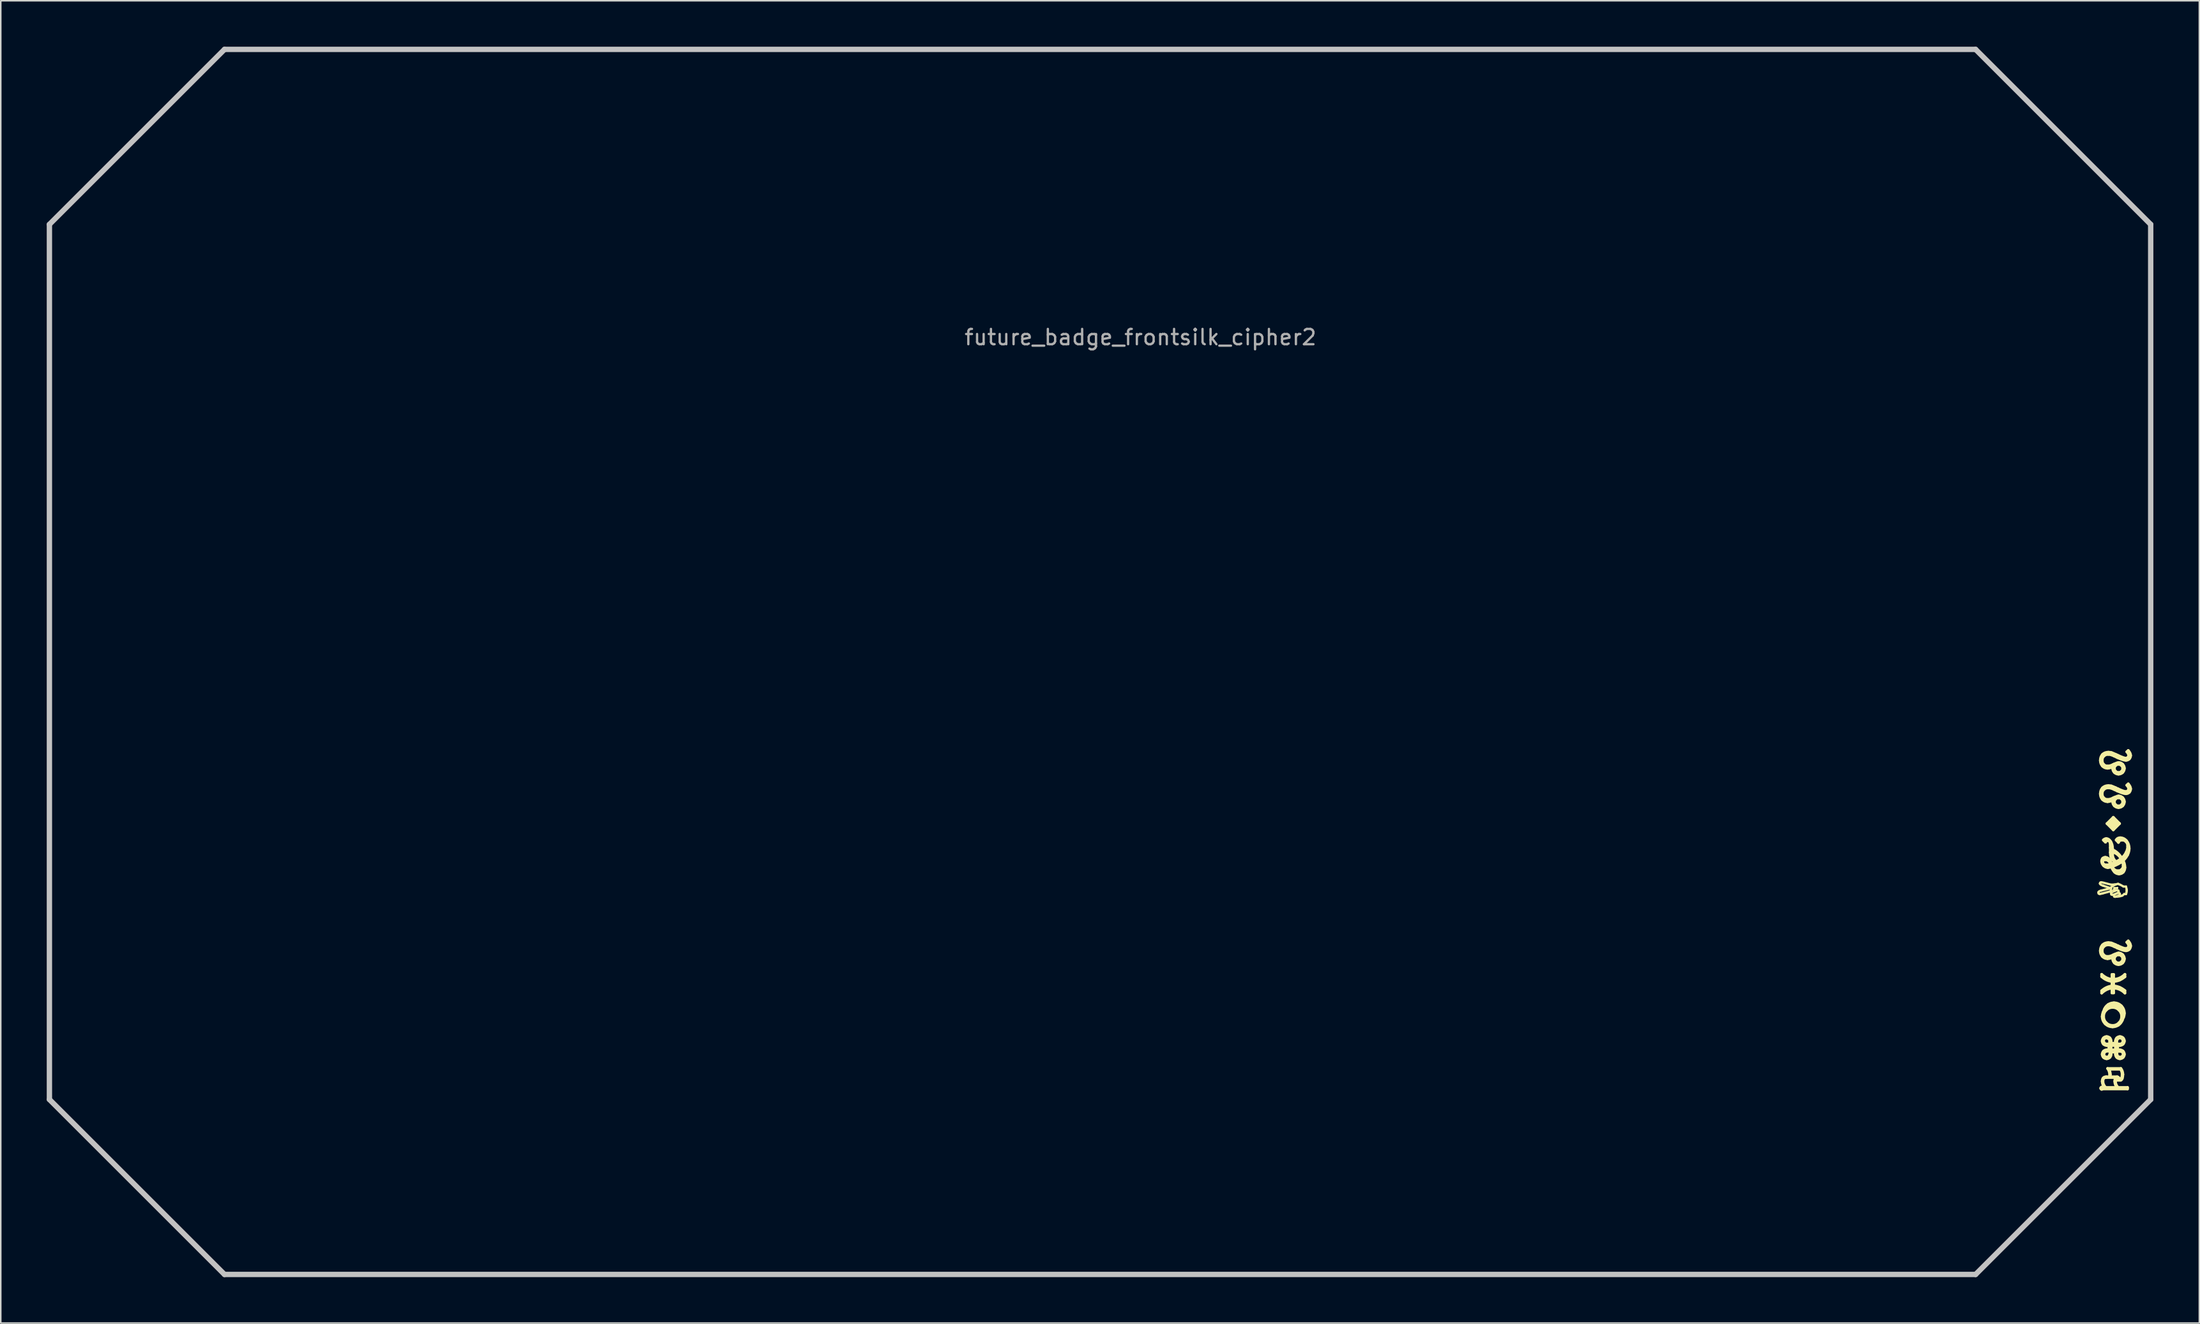
<source format=kicad_pcb>
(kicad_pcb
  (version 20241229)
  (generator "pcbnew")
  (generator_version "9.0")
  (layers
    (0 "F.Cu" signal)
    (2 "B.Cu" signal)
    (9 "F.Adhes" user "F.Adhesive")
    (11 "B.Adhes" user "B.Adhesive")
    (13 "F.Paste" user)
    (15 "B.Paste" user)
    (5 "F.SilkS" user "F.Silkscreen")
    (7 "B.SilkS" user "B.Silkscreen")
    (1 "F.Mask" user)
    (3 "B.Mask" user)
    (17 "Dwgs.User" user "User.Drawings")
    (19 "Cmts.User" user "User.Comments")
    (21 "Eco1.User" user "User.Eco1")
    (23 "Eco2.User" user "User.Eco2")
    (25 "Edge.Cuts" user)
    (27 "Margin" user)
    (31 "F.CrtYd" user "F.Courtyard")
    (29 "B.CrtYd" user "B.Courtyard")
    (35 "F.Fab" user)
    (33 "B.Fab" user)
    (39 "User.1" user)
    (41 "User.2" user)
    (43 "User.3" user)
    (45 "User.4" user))
  (footprint "future_badge_frontsilk_cipher2"
    (layer "F.Cu")
    (at 71.387 19.473)
    (property "Reference" "future_badge_frontsilk_cipher2" (at 0 -0.5 0) (unlocked yes) (layer "F.Fab") (effects (font (size 1 1) (thickness 0.15))))
    (fp_line (start 62.825 33.602) (end 62.94 33.542) (stroke (width 0.18) (type solid)) (layer "F.SilkS"))
    (fp_line (start 62.899 32.389) (end 63.031 32.296) (stroke (width 0.18) (type solid)) (layer "F.SilkS"))
    (fp_line (start 62.94 33.542) (end 63.057 33.542) (stroke (width 0.18) (type solid)) (layer "F.SilkS"))
    (fp_line (start 62.972 34.033) (end 63.317 34.033) (stroke (width 0.18) (type solid)) (layer "F.SilkS"))
    (fp_line (start 62.984 43.38) (end 63.174 43.185) (stroke (width 0.18) (type solid)) (layer "F.SilkS"))
    (fp_line (start 63.031 32.296) (end 63.111 32.296) (stroke (width 0.18) (type solid)) (layer "F.SilkS"))
    (fp_line (start 63.057 33.542) (end 63.15 33.622) (stroke (width 0.18) (type solid)) (layer "F.SilkS"))
    (fp_line (start 63.174 43.185) (end 63.329 43.106) (stroke (width 0.18) (type solid)) (layer "F.SilkS"))
    (fp_line (start 63.218 31.3) (end 63.49 30.995) (stroke (width 0.18) (type solid)) (layer "F.SilkS"))
    (fp_line (start 63.269 31.3) (end 63.49 31.126) (stroke (width 0.18) (type solid)) (layer "F.SilkS"))
    (fp_line (start 63.317 34.033) (end 63.78 33.816) (stroke (width 0.18) (type solid)) (layer "F.SilkS"))
    (fp_line (start 63.329 43.106) (end 63.49 43.078) (stroke (width 0.18) (type solid)) (layer "F.SilkS"))
    (fp_line (start 63.4 31.312) (end 63.498 31.237) (stroke (width 0.18) (type solid)) (layer "F.SilkS"))
    (fp_line (start 63.412 43.177) (end 63.166 43.263) (stroke (width 0.18) (type solid)) (layer "F.SilkS"))
    (fp_line (start 63.49 30.995) (end 63.777 31.259) (stroke (width 0.18) (type solid)) (layer "F.SilkS"))
    (fp_line (start 63.49 31.126) (end 63.658 31.253) (stroke (width 0.18) (type solid)) (layer "F.SilkS"))
    (fp_line (start 63.49 43.078) (end 63.579 43.078) (stroke (width 0.18) (type solid)) (layer "F.SilkS"))
    (fp_line (start 63.498 31.237) (end 63.583 31.285) (stroke (width 0.18) (type solid)) (layer "F.SilkS"))
    (fp_line (start 63.498 31.511) (end 63.269 31.3) (stroke (width 0.18) (type solid)) (layer "F.SilkS"))
    (fp_line (start 63.523 43.177) (end 63.412 43.177) (stroke (width 0.18) (type solid)) (layer "F.SilkS"))
    (fp_line (start 63.527 31.4) (end 63.4 31.312) (stroke (width 0.18) (type solid)) (layer "F.SilkS"))
    (fp_line (start 63.579 43.078) (end 63.686 43.098) (stroke (width 0.18) (type solid)) (layer "F.SilkS"))
    (fp_line (start 63.595 34.342) (end 63.78 34.447) (stroke (width 0.18) (type solid)) (layer "F.SilkS"))
    (fp_line (start 63.658 31.253) (end 63.527 31.4) (stroke (width 0.18) (type solid)) (layer "F.SilkS"))
    (fp_line (start 63.686 43.098) (end 63.781 43.118) (stroke (width 0.18) (type solid)) (layer "F.SilkS"))
    (fp_line (start 63.694 43.197) (end 63.523 43.177) (stroke (width 0.18) (type solid)) (layer "F.SilkS"))
    (fp_line (start 63.758 32.389) (end 63.821 32.32) (stroke (width 0.18) (type solid)) (layer "F.SilkS"))
    (fp_line (start 63.777 31.259) (end 63.498 31.511) (stroke (width 0.18) (type solid)) (layer "F.SilkS"))
    (fp_line (start 63.78 33.816) (end 64.154 33.535) (stroke (width 0.18) (type solid)) (layer "F.SilkS"))
    (fp_line (start 63.78 34.447) (end 63.899 34.447) (stroke (width 0.18) (type solid)) (layer "F.SilkS"))
    (fp_line (start 63.781 43.118) (end 63.904 43.201) (stroke (width 0.18) (type solid)) (layer "F.SilkS"))
    (fp_line (start 63.821 32.32) (end 63.891 32.273) (stroke (width 0.18) (type solid)) (layer "F.SilkS"))
    (fp_line (start 63.877 43.308) (end 63.694 43.197) (stroke (width 0.18) (type solid)) (layer "F.SilkS"))
    (fp_line (start 63.891 32.273) (end 64.043 32.273) (stroke (width 0.18) (type solid)) (layer "F.SilkS"))
    (fp_line (start 63.899 34.447) (end 64.019 34.395) (stroke (width 0.18) (type solid)) (layer "F.SilkS"))
    (fp_line (start 63.904 43.201) (end 64.008 43.308) (stroke (width 0.18) (type solid)) (layer "F.SilkS"))
    (fp_line (start 64.004 43.441) (end 63.877 43.308) (stroke (width 0.18) (type solid)) (layer "F.SilkS"))
    (fp_line (start 64.008 43.308) (end 64.079 43.431) (stroke (width 0.18) (type solid)) (layer "F.SilkS"))
    (fp_line (start 64.019 34.395) (end 64.137 34.281) (stroke (width 0.18) (type solid)) (layer "F.SilkS"))
    (fp_line (start 64.079 43.431) (end 64.111 43.57) (stroke (width 0.18) (type solid)) (layer "F.SilkS"))
    (fp_line (start 64.079 43.59) (end 64.004 43.441) (stroke (width 0.18) (type solid)) (layer "F.SilkS"))
    (fp_line (start 64.095 43.804) (end 64.079 43.59) (stroke (width 0.18) (type solid)) (layer "F.SilkS"))
    (fp_line (start 64.111 43.57) (end 64.139 43.804) (stroke (width 0.18) (type solid)) (layer "F.SilkS"))
    (fp_line (start 64.137 34.281) (end 64.187 34.086) (stroke (width 0.18) (type solid)) (layer "F.SilkS"))
    (fp_line (start 64.139 43.804) (end 64.095 43.804) (stroke (width 0.18) (type solid)) (layer "F.SilkS"))
    (fp_line (start 64.154 33.535) (end 64.321 33.344) (stroke (width 0.18) (type solid)) (layer "F.SilkS"))
    (fp_line (start 64.321 33.344) (end 64.444 33.074) (stroke (width 0.18) (type solid)) (layer "F.SilkS"))
    (fp_line (start 64.444 33.074) (end 64.472 32.923) (stroke (width 0.18) (type solid)) (layer "F.SilkS"))
    (fp_curve (pts (xy 62.487 35.756) (xy 62.487 35.689) (xy 62.555 35.639) (xy 62.692 35.606)) (stroke (width 0.09) (type solid)) (layer "F.SilkS"))
    (fp_curve (pts (xy 62.517 35.853) (xy 62.497 35.831) (xy 62.487 35.799) (xy 62.487 35.756)) (stroke (width 0.09) (type solid)) (layer "F.SilkS"))
    (fp_curve (pts (xy 62.541 35.761) (xy 62.541 35.783) (xy 62.547 35.8) (xy 62.558 35.812)) (stroke (width 0.09) (type solid)) (layer "F.SilkS"))
    (fp_curve (pts (xy 62.558 35.812) (xy 62.57 35.823) (xy 62.588 35.829) (xy 62.611 35.829)) (stroke (width 0.09) (type solid)) (layer "F.SilkS"))
    (fp_curve (pts (xy 62.589 35.173) (xy 62.589 35.142) (xy 62.599 35.116) (xy 62.62 35.095)) (stroke (width 0.09) (type solid)) (layer "F.SilkS"))
    (fp_curve (pts (xy 62.61 35.886) (xy 62.569 35.886) (xy 62.537 35.875) (xy 62.517 35.853)) (stroke (width 0.09) (type solid)) (layer "F.SilkS"))
    (fp_curve (pts (xy 62.611 35.829) (xy 62.624 35.829) (xy 62.643 35.825) (xy 62.666 35.819)) (stroke (width 0.09) (type solid)) (layer "F.SilkS"))
    (fp_curve (pts (xy 62.62 35.095) (xy 62.642 35.073) (xy 62.667 35.062) (xy 62.698 35.062)) (stroke (width 0.09) (type solid)) (layer "F.SilkS"))
    (fp_curve (pts (xy 62.646 27.132) (xy 62.646 26.971) (xy 62.693 26.842) (xy 62.788 26.744)) (stroke (width 0.18) (type solid)) (layer "F.SilkS"))
    (fp_curve (pts (xy 62.646 29.314) (xy 62.646 29.153) (xy 62.693 29.023) (xy 62.788 28.926)) (stroke (width 0.18) (type solid)) (layer "F.SilkS"))
    (fp_curve (pts (xy 62.646 39.568) (xy 62.646 39.407) (xy 62.693 39.277) (xy 62.788 39.18)) (stroke (width 0.18) (type solid)) (layer "F.SilkS"))
    (fp_curve (pts (xy 62.646 35.173) (xy 62.646 35.194) (xy 62.656 35.212) (xy 62.675 35.224)) (stroke (width 0.09) (type solid)) (layer "F.SilkS"))
    (fp_curve (pts (xy 62.659 35.133) (xy 62.65 35.141) (xy 62.646 35.154) (xy 62.646 35.173)) (stroke (width 0.09) (type solid)) (layer "F.SilkS"))
    (fp_curve (pts (xy 62.666 35.819) (xy 62.675 35.817) (xy 62.688 35.814) (xy 62.705 35.81)) (stroke (width 0.09) (type solid)) (layer "F.SilkS"))
    (fp_curve (pts (xy 62.67 48.54) (xy 62.67 48.491) (xy 62.693 48.467) (xy 62.737 48.467)) (stroke (width 0.18) (type solid)) (layer "F.SilkS"))
    (fp_curve (pts (xy 62.675 35.224) (xy 62.695 35.236) (xy 62.745 35.255) (xy 62.824 35.282)) (stroke (width 0.09) (type solid)) (layer "F.SilkS"))
    (fp_curve (pts (xy 62.692 35.606) (xy 62.692 35.606) (xy 63.225 35.477) (xy 63.225 35.477)) (stroke (width 0.09) (type solid)) (layer "F.SilkS"))
    (fp_curve (pts (xy 62.697 35.12) (xy 62.679 35.12) (xy 62.667 35.124) (xy 62.659 35.133)) (stroke (width 0.09) (type solid)) (layer "F.SilkS"))
    (fp_curve (pts (xy 62.697 35.664) (xy 62.593 35.689) (xy 62.541 35.721) (xy 62.541 35.761)) (stroke (width 0.09) (type solid)) (layer "F.SilkS"))
    (fp_curve (pts (xy 62.698 35.062) (xy 62.73 35.062) (xy 62.796 35.075) (xy 62.896 35.102)) (stroke (width 0.09) (type solid)) (layer "F.SilkS"))
    (fp_curve (pts (xy 62.705 35.81) (xy 62.727 35.805) (xy 62.744 35.8) (xy 62.755 35.797)) (stroke (width 0.09) (type solid)) (layer "F.SilkS"))
    (fp_curve (pts (xy 62.731 33.712) (xy 62.731 33.638) (xy 62.753 33.578) (xy 62.797 33.532)) (stroke (width 0.18) (type solid)) (layer "F.SilkS"))
    (fp_curve (pts (xy 62.731 41.104) (xy 62.949 41.303) (xy 63.174 41.409) (xy 63.405 41.422)) (stroke (width 0.18) (type solid)) (layer "F.SilkS"))
    (fp_curve (pts (xy 62.731 41.253) (xy 62.731 41.253) (xy 62.731 41.104) (xy 62.731 41.104)) (stroke (width 0.18) (type solid)) (layer "F.SilkS"))
    (fp_curve (pts (xy 62.731 42.177) (xy 62.926 41.995) (xy 63.151 41.891) (xy 63.405 41.864)) (stroke (width 0.18) (type solid)) (layer "F.SilkS"))
    (fp_curve (pts (xy 62.731 42.326) (xy 62.731 42.326) (xy 62.731 42.177) (xy 62.731 42.177)) (stroke (width 0.18) (type solid)) (layer "F.SilkS"))
    (fp_curve (pts (xy 62.737 48.467) (xy 62.754 48.467) (xy 62.771 48.474) (xy 62.787 48.49)) (stroke (width 0.18) (type solid)) (layer "F.SilkS"))
    (fp_curve (pts (xy 62.737 48.612) (xy 62.693 48.612) (xy 62.67 48.588) (xy 62.67 48.54)) (stroke (width 0.18) (type solid)) (layer "F.SilkS"))
    (fp_curve (pts (xy 62.755 35.797) (xy 62.755 35.797) (xy 63.301 35.652) (xy 63.301 35.652)) (stroke (width 0.09) (type solid)) (layer "F.SilkS"))
    (fp_curve (pts (xy 62.766 27.131) (xy 62.766 27.241) (xy 62.799 27.33) (xy 62.865 27.398)) (stroke (width 0.18) (type solid)) (layer "F.SilkS"))
    (fp_curve (pts (xy 62.766 29.313) (xy 62.766 29.423) (xy 62.799 29.512) (xy 62.865 29.58)) (stroke (width 0.18) (type solid)) (layer "F.SilkS"))
    (fp_curve (pts (xy 62.766 39.567) (xy 62.766 39.677) (xy 62.799 39.766) (xy 62.865 39.834)) (stroke (width 0.18) (type solid)) (layer "F.SilkS"))
    (fp_curve (pts (xy 62.767 43.853) (xy 62.767 43.77) (xy 62.784 43.683) (xy 62.819 43.592)) (stroke (width 0.18) (type solid)) (layer "F.SilkS"))
    (fp_curve (pts (xy 62.767 45.458) (xy 62.767 45.379) (xy 62.795 45.311) (xy 62.852 45.254)) (stroke (width 0.18) (type solid)) (layer "F.SilkS"))
    (fp_curve (pts (xy 62.767 46.325) (xy 62.767 46.246) (xy 62.795 46.178) (xy 62.852 46.121)) (stroke (width 0.18) (type solid)) (layer "F.SilkS"))
    (fp_curve (pts (xy 62.767 48.094) (xy 62.767 47.893) (xy 62.854 47.793) (xy 63.027 47.793)) (stroke (width 0.18) (type solid)) (layer "F.SilkS"))
    (fp_curve (pts (xy 62.78 27.499) (xy 62.691 27.402) (xy 62.646 27.28) (xy 62.646 27.132)) (stroke (width 0.18) (type solid)) (layer "F.SilkS"))
    (fp_curve (pts (xy 62.78 29.681) (xy 62.691 29.584) (xy 62.646 29.462) (xy 62.646 29.314)) (stroke (width 0.18) (type solid)) (layer "F.SilkS"))
    (fp_curve (pts (xy 62.78 39.935) (xy 62.691 39.838) (xy 62.646 39.715) (xy 62.646 39.568)) (stroke (width 0.18) (type solid)) (layer "F.SilkS"))
    (fp_curve (pts (xy 62.787 48.49) (xy 62.787 48.49) (xy 62.927 48.49) (xy 62.927 48.49)) (stroke (width 0.18) (type solid)) (layer "F.SilkS"))
    (fp_curve (pts (xy 62.787 48.587) (xy 62.773 48.604) (xy 62.756 48.612) (xy 62.737 48.612)) (stroke (width 0.18) (type solid)) (layer "F.SilkS"))
    (fp_curve (pts (xy 62.788 26.744) (xy 62.883 26.646) (xy 63.008 26.597) (xy 63.166 26.597)) (stroke (width 0.18) (type solid)) (layer "F.SilkS"))
    (fp_curve (pts (xy 62.788 28.926) (xy 62.883 28.828) (xy 63.008 28.779) (xy 63.166 28.779)) (stroke (width 0.18) (type solid)) (layer "F.SilkS"))
    (fp_curve (pts (xy 62.788 39.18) (xy 62.883 39.082) (xy 63.008 39.033) (xy 63.166 39.033)) (stroke (width 0.18) (type solid)) (layer "F.SilkS"))
    (fp_curve (pts (xy 62.797 33.532) (xy 62.841 33.485) (xy 62.898 33.461) (xy 62.967 33.461)) (stroke (width 0.18) (type solid)) (layer "F.SilkS"))
    (fp_curve (pts (xy 62.797 33.765) (xy 62.797 33.821) (xy 62.82 33.868) (xy 62.867 33.905)) (stroke (width 0.18) (type solid)) (layer "F.SilkS"))
    (fp_curve (pts (xy 62.797 35.846) (xy 62.7 35.873) (xy 62.637 35.886) (xy 62.61 35.886)) (stroke (width 0.09) (type solid)) (layer "F.SilkS"))
    (fp_curve (pts (xy 62.815 48.094) (xy 62.815 48.229) (xy 62.873 48.361) (xy 62.99 48.49)) (stroke (width 0.18) (type solid)) (layer "F.SilkS"))
    (fp_curve (pts (xy 62.819 43.592) (xy 62.819 43.592) (xy 62.905 43.383) (xy 62.905 43.383)) (stroke (width 0.18) (type solid)) (layer "F.SilkS"))
    (fp_curve (pts (xy 62.821 35.344) (xy 62.666 35.293) (xy 62.589 35.236) (xy 62.589 35.173)) (stroke (width 0.09) (type solid)) (layer "F.SilkS"))
    (fp_curve (pts (xy 62.824 35.282) (xy 62.824 35.282) (xy 63.27 35.434) (xy 63.27 35.434)) (stroke (width 0.09) (type solid)) (layer "F.SilkS"))
    (fp_curve (pts (xy 62.839 33.658) (xy 62.811 33.682) (xy 62.797 33.717) (xy 62.797 33.765)) (stroke (width 0.18) (type solid)) (layer "F.SilkS"))
    (fp_curve (pts (xy 62.843 32.332) (xy 62.894 32.27) (xy 62.958 32.239) (xy 63.035 32.239)) (stroke (width 0.18) (type solid)) (layer "F.SilkS"))
    (fp_curve (pts (xy 62.852 45.661) (xy 62.795 45.604) (xy 62.767 45.536) (xy 62.767 45.458)) (stroke (width 0.18) (type solid)) (layer "F.SilkS"))
    (fp_curve (pts (xy 62.852 46.121) (xy 62.909 46.064) (xy 62.977 46.036) (xy 63.056 46.036)) (stroke (width 0.18) (type solid)) (layer "F.SilkS"))
    (fp_curve (pts (xy 62.852 45.254) (xy 62.909 45.197) (xy 62.977 45.169) (xy 63.057 45.169)) (stroke (width 0.18) (type solid)) (layer "F.SilkS"))
    (fp_curve (pts (xy 62.852 46.528) (xy 62.795 46.471) (xy 62.767 46.404) (xy 62.767 46.325)) (stroke (width 0.18) (type solid)) (layer "F.SilkS"))
    (fp_curve (pts (xy 62.856 34.004) (xy 62.772 33.918) (xy 62.731 33.821) (xy 62.731 33.712)) (stroke (width 0.18) (type solid)) (layer "F.SilkS"))
    (fp_curve (pts (xy 62.857 43.852) (xy 62.857 44.017) (xy 62.915 44.156) (xy 63.03 44.27)) (stroke (width 0.18) (type solid)) (layer "F.SilkS"))
    (fp_curve (pts (xy 62.858 45.458) (xy 62.858 45.497) (xy 62.872 45.531) (xy 62.9 45.56)) (stroke (width 0.18) (type solid)) (layer "F.SilkS"))
    (fp_curve (pts (xy 62.865 27.398) (xy 62.931 27.467) (xy 63.018 27.501) (xy 63.126 27.501)) (stroke (width 0.18) (type solid)) (layer "F.SilkS"))
    (fp_curve (pts (xy 62.865 29.58) (xy 62.931 29.648) (xy 63.018 29.683) (xy 63.126 29.683)) (stroke (width 0.18) (type solid)) (layer "F.SilkS"))
    (fp_curve (pts (xy 62.865 39.834) (xy 62.931 39.902) (xy 63.018 39.936) (xy 63.126 39.936)) (stroke (width 0.18) (type solid)) (layer "F.SilkS"))
    (fp_curve (pts (xy 62.867 33.905) (xy 62.913 33.943) (xy 62.97 33.962) (xy 63.039 33.962)) (stroke (width 0.18) (type solid)) (layer "F.SilkS"))
    (fp_curve (pts (xy 62.868 46.325) (xy 62.868 46.363) (xy 62.882 46.397) (xy 62.91 46.426)) (stroke (width 0.18) (type solid)) (layer "F.SilkS"))
    (fp_curve (pts (xy 62.877 26.849) (xy 62.803 26.92) (xy 62.766 27.014) (xy 62.766 27.131)) (stroke (width 0.18) (type solid)) (layer "F.SilkS"))
    (fp_curve (pts (xy 62.877 29.031) (xy 62.803 29.102) (xy 62.766 29.196) (xy 62.766 29.313)) (stroke (width 0.18) (type solid)) (layer "F.SilkS"))
    (fp_curve (pts (xy 62.877 39.285) (xy 62.803 39.356) (xy 62.766 39.45) (xy 62.766 39.567)) (stroke (width 0.18) (type solid)) (layer "F.SilkS"))
    (fp_curve (pts (xy 62.877 35.155) (xy 62.786 35.132) (xy 62.726 35.12) (xy 62.697 35.12)) (stroke (width 0.09) (type solid)) (layer "F.SilkS"))
    (fp_curve (pts (xy 62.896 35.102) (xy 62.896 35.102) (xy 63.343 35.219) (xy 63.343 35.219)) (stroke (width 0.09) (type solid)) (layer "F.SilkS"))
    (fp_curve (pts (xy 62.9 45.33) (xy 62.871 45.358) (xy 62.857 45.392) (xy 62.857 45.432)) (stroke (width 0.18) (type solid)) (layer "F.SilkS"))
    (fp_curve (pts (xy 62.905 43.383) (xy 62.957 43.256) (xy 63.041 43.154) (xy 63.155 43.078)) (stroke (width 0.18) (type solid)) (layer "F.SilkS"))
    (fp_curve (pts (xy 62.923 46.208) (xy 62.894 46.237) (xy 62.88 46.271) (xy 62.88 46.31)) (stroke (width 0.18) (type solid)) (layer "F.SilkS"))
    (fp_curve (pts (xy 62.927 48.49) (xy 62.82 48.367) (xy 62.767 48.235) (xy 62.767 48.094)) (stroke (width 0.18) (type solid)) (layer "F.SilkS"))
    (fp_curve (pts (xy 62.928 46.457) (xy 62.956 46.485) (xy 62.99 46.5) (xy 63.03 46.5)) (stroke (width 0.18) (type solid)) (layer "F.SilkS"))
    (fp_curve (pts (xy 62.938 45.607) (xy 62.966 45.636) (xy 63 45.65) (xy 63.04 45.65)) (stroke (width 0.18) (type solid)) (layer "F.SilkS"))
    (fp_curve (pts (xy 62.966 33.622) (xy 62.909 33.622) (xy 62.868 33.634) (xy 62.839 33.658)) (stroke (width 0.18) (type solid)) (layer "F.SilkS"))
    (fp_curve (pts (xy 62.966 44.333) (xy 62.833 44.2) (xy 62.767 44.04) (xy 62.767 43.853)) (stroke (width 0.18) (type solid)) (layer "F.SilkS"))
    (fp_curve (pts (xy 62.967 33.461) (xy 63.146 33.461) (xy 63.281 33.603) (xy 63.373 33.886)) (stroke (width 0.18) (type solid)) (layer "F.SilkS"))
    (fp_curve (pts (xy 62.981 32.473) (xy 62.981 32.473) (xy 62.843 32.332) (xy 62.843 32.332)) (stroke (width 0.18) (type solid)) (layer "F.SilkS"))
    (fp_curve (pts (xy 62.99 48.49) (xy 62.99 48.49) (xy 63.735 48.49) (xy 63.735 48.49)) (stroke (width 0.18) (type solid)) (layer "F.SilkS"))
    (fp_curve (pts (xy 63.027 47.793) (xy 63.027 47.793) (xy 63.238 47.793) (xy 63.238 47.793)) (stroke (width 0.18) (type solid)) (layer "F.SilkS"))
    (fp_curve (pts (xy 63.03 43.436) (xy 62.914 43.551) (xy 62.857 43.69) (xy 62.857 43.852)) (stroke (width 0.18) (type solid)) (layer "F.SilkS"))
    (fp_curve (pts (xy 63.03 44.27) (xy 63.146 44.384) (xy 63.287 44.441) (xy 63.454 44.441)) (stroke (width 0.18) (type solid)) (layer "F.SilkS"))
    (fp_curve (pts (xy 63.034 47.841) (xy 62.888 47.841) (xy 62.815 47.925) (xy 62.815 48.094)) (stroke (width 0.18) (type solid)) (layer "F.SilkS"))
    (fp_curve (pts (xy 63.035 32.239) (xy 63.146 32.239) (xy 63.241 32.304) (xy 63.321 32.433)) (stroke (width 0.18) (type solid)) (layer "F.SilkS"))
    (fp_curve (pts (xy 63.039 33.962) (xy 63.108 33.962) (xy 63.201 33.944) (xy 63.317 33.907)) (stroke (width 0.18) (type solid)) (layer "F.SilkS"))
    (fp_curve (pts (xy 63.041 45.247) (xy 63.002 45.247) (xy 62.968 45.262) (xy 62.94 45.29)) (stroke (width 0.18) (type solid)) (layer "F.SilkS"))
    (fp_curve (pts (xy 63.041 46.127) (xy 63.002 46.127) (xy 62.968 46.141) (xy 62.94 46.17)) (stroke (width 0.18) (type solid)) (layer "F.SilkS"))
    (fp_curve (pts (xy 63.046 45.65) (xy 63.046 45.65) (xy 63.19 45.65) (xy 63.19 45.65)) (stroke (width 0.18) (type solid)) (layer "F.SilkS"))
    (fp_curve (pts (xy 63.056 45.747) (xy 62.977 45.747) (xy 62.909 45.718) (xy 62.852 45.661)) (stroke (width 0.18) (type solid)) (layer "F.SilkS"))
    (fp_curve (pts (xy 63.056 46.036) (xy 63.056 46.036) (xy 63.201 46.036) (xy 63.201 46.036)) (stroke (width 0.18) (type solid)) (layer "F.SilkS"))
    (fp_curve (pts (xy 63.057 45.169) (xy 63.135 45.169) (xy 63.203 45.197) (xy 63.261 45.254)) (stroke (width 0.18) (type solid)) (layer "F.SilkS"))
    (fp_curve (pts (xy 63.057 46.614) (xy 62.977 46.614) (xy 62.909 46.585) (xy 62.852 46.528)) (stroke (width 0.18) (type solid)) (layer "F.SilkS"))
    (fp_curve (pts (xy 63.068 46.513) (xy 63.108 46.513) (xy 63.142 46.498) (xy 63.17 46.47)) (stroke (width 0.18) (type solid)) (layer "F.SilkS"))
    (fp_curve (pts (xy 63.08 31.259) (xy 63.08 31.259) (xy 63.49 30.85) (xy 63.49 30.85)) (stroke (width 0.18) (type solid)) (layer "F.SilkS"))
    (fp_curve (pts (xy 63.117 27.645) (xy 62.982 27.645) (xy 62.87 27.597) (xy 62.78 27.499)) (stroke (width 0.18) (type solid)) (layer "F.SilkS"))
    (fp_curve (pts (xy 63.117 29.827) (xy 62.982 29.827) (xy 62.87 29.779) (xy 62.78 29.681)) (stroke (width 0.18) (type solid)) (layer "F.SilkS"))
    (fp_curve (pts (xy 63.117 40.081) (xy 62.982 40.081) (xy 62.87 40.032) (xy 62.78 39.935)) (stroke (width 0.18) (type solid)) (layer "F.SilkS"))
    (fp_curve (pts (xy 63.12 47.251) (xy 63.12 47.251) (xy 63.983 47.251) (xy 63.983 47.251)) (stroke (width 0.18) (type solid)) (layer "F.SilkS"))
    (fp_curve (pts (xy 63.121 32.37) (xy 63.056 32.37) (xy 63.009 32.404) (xy 62.981 32.473)) (stroke (width 0.18) (type solid)) (layer "F.SilkS"))
    (fp_curve (pts (xy 63.126 27.501) (xy 63.225 27.501) (xy 63.341 27.469) (xy 63.474 27.405)) (stroke (width 0.18) (type solid)) (layer "F.SilkS"))
    (fp_curve (pts (xy 63.126 29.683) (xy 63.225 29.683) (xy 63.341 29.651) (xy 63.474 29.587)) (stroke (width 0.18) (type solid)) (layer "F.SilkS"))
    (fp_curve (pts (xy 63.126 39.936) (xy 63.225 39.936) (xy 63.341 39.904) (xy 63.474 39.841)) (stroke (width 0.18) (type solid)) (layer "F.SilkS"))
    (fp_curve (pts (xy 63.138 34.132) (xy 63.033 34.132) (xy 62.939 34.089) (xy 62.856 34.004)) (stroke (width 0.18) (type solid)) (layer "F.SilkS"))
    (fp_curve (pts (xy 63.155 43.078) (xy 63.27 43.001) (xy 63.395 42.963) (xy 63.533 42.963)) (stroke (width 0.18) (type solid)) (layer "F.SilkS"))
    (fp_curve (pts (xy 63.166 26.597) (xy 63.244 26.597) (xy 63.311 26.606) (xy 63.368 26.622)) (stroke (width 0.18) (type solid)) (layer "F.SilkS"))
    (fp_curve (pts (xy 63.166 28.779) (xy 63.244 28.779) (xy 63.311 28.787) (xy 63.368 28.804)) (stroke (width 0.18) (type solid)) (layer "F.SilkS"))
    (fp_curve (pts (xy 63.166 39.033) (xy 63.244 39.033) (xy 63.311 39.041) (xy 63.368 39.058)) (stroke (width 0.18) (type solid)) (layer "F.SilkS"))
    (fp_curve (pts (xy 63.172 26.742) (xy 63.05 26.742) (xy 62.952 26.777) (xy 62.877 26.849)) (stroke (width 0.18) (type solid)) (layer "F.SilkS"))
    (fp_curve (pts (xy 63.172 28.924) (xy 63.05 28.924) (xy 62.952 28.959) (xy 62.877 29.031)) (stroke (width 0.18) (type solid)) (layer "F.SilkS"))
    (fp_curve (pts (xy 63.172 39.178) (xy 63.05 39.178) (xy 62.952 39.213) (xy 62.877 39.285)) (stroke (width 0.18) (type solid)) (layer "F.SilkS"))
    (fp_curve (pts (xy 63.198 46.462) (xy 63.226 46.434) (xy 63.24 46.4) (xy 63.24 46.36)) (stroke (width 0.18) (type solid)) (layer "F.SilkS"))
    (fp_curve (pts (xy 63.201 45.747) (xy 63.201 45.747) (xy 63.056 45.747) (xy 63.056 45.747)) (stroke (width 0.18) (type solid)) (layer "F.SilkS"))
    (fp_curve (pts (xy 63.201 46.036) (xy 63.201 46.036) (xy 63.201 45.747) (xy 63.201 45.747)) (stroke (width 0.18) (type solid)) (layer "F.SilkS"))
    (fp_curve (pts (xy 63.201 45.323) (xy 63.173 45.294) (xy 63.139 45.28) (xy 63.1 45.28)) (stroke (width 0.18) (type solid)) (layer "F.SilkS"))
    (fp_curve (pts (xy 63.21 46.12) (xy 63.21 46.12) (xy 63.066 46.12) (xy 63.066 46.12)) (stroke (width 0.18) (type solid)) (layer "F.SilkS"))
    (fp_curve (pts (xy 63.213 47.299) (xy 63.27 47.417) (xy 63.298 47.533) (xy 63.298 47.647)) (stroke (width 0.18) (type solid)) (layer "F.SilkS"))
    (fp_curve (pts (xy 63.225 35.477) (xy 63.225 35.477) (xy 62.821 35.344) (xy 62.821 35.344)) (stroke (width 0.09) (type solid)) (layer "F.SilkS"))
    (fp_curve (pts (xy 63.238 47.793) (xy 63.273 47.588) (xy 63.233 47.408) (xy 63.12 47.251)) (stroke (width 0.18) (type solid)) (layer "F.SilkS"))
    (fp_curve (pts (xy 63.25 45.635) (xy 63.25 45.635) (xy 63.25 45.49) (xy 63.25 45.49)) (stroke (width 0.18) (type solid)) (layer "F.SilkS"))
    (fp_curve (pts (xy 63.26 35.526) (xy 63.26 35.526) (xy 62.697 35.664) (xy 62.697 35.664)) (stroke (width 0.09) (type solid)) (layer "F.SilkS"))
    (fp_curve (pts (xy 63.261 45.254) (xy 63.318 45.31) (xy 63.346 45.378) (xy 63.346 45.458)) (stroke (width 0.18) (type solid)) (layer "F.SilkS"))
    (fp_curve (pts (xy 63.261 46.528) (xy 63.204 46.585) (xy 63.136 46.614) (xy 63.057 46.614)) (stroke (width 0.18) (type solid)) (layer "F.SilkS"))
    (fp_curve (pts (xy 63.263 45.458) (xy 63.263 45.418) (xy 63.249 45.384) (xy 63.22 45.356)) (stroke (width 0.18) (type solid)) (layer "F.SilkS"))
    (fp_curve (pts (xy 63.263 32.457) (xy 63.241 32.399) (xy 63.194 32.37) (xy 63.121 32.37)) (stroke (width 0.18) (type solid)) (layer "F.SilkS"))
    (fp_curve (pts (xy 63.27 35.434) (xy 63.27 35.434) (xy 63.26 35.526) (xy 63.26 35.526)) (stroke (width 0.09) (type solid)) (layer "F.SilkS"))
    (fp_curve (pts (xy 63.27 46.305) (xy 63.27 46.305) (xy 63.27 46.16) (xy 63.27 46.16)) (stroke (width 0.18) (type solid)) (layer "F.SilkS"))
    (fp_curve (pts (xy 63.286 47.793) (xy 63.286 47.793) (xy 63.738 47.793) (xy 63.738 47.793)) (stroke (width 0.18) (type solid)) (layer "F.SilkS"))
    (fp_curve (pts (xy 63.291 35.714) (xy 63.291 35.714) (xy 62.797 35.846) (xy 62.797 35.846)) (stroke (width 0.09) (type solid)) (layer "F.SilkS"))
    (fp_curve (pts (xy 63.296 32.832) (xy 63.296 32.64) (xy 63.285 32.515) (xy 63.263 32.457)) (stroke (width 0.18) (type solid)) (layer "F.SilkS"))
    (fp_curve (pts (xy 63.296 33.142) (xy 63.296 33.142) (xy 63.296 32.832) (xy 63.296 32.832)) (stroke (width 0.18) (type solid)) (layer "F.SilkS"))
    (fp_curve (pts (xy 63.298 47.647) (xy 63.298 47.702) (xy 63.294 47.75) (xy 63.286 47.793)) (stroke (width 0.18) (type solid)) (layer "F.SilkS"))
    (fp_curve (pts (xy 63.301 35.652) (xy 63.301 35.652) (xy 63.339 35.389) (xy 63.339 35.389)) (stroke (width 0.09) (type solid)) (layer "F.SilkS"))
    (fp_curve (pts (xy 63.313 35.816) (xy 63.313 35.78) (xy 63.334 35.746) (xy 63.378 35.714)) (stroke (width 0.09) (type solid)) (layer "F.SilkS"))
    (fp_curve (pts (xy 63.317 33.907) (xy 63.236 33.717) (xy 63.119 33.622) (xy 62.966 33.622)) (stroke (width 0.18) (type solid)) (layer "F.SilkS"))
    (fp_curve (pts (xy 63.321 32.433) (xy 63.402 32.562) (xy 63.442 32.714) (xy 63.442 32.89)) (stroke (width 0.18) (type solid)) (layer "F.SilkS"))
    (fp_curve (pts (xy 63.327 35.27) (xy 63.327 35.27) (xy 62.877 35.155) (xy 62.877 35.155)) (stroke (width 0.09) (type solid)) (layer "F.SilkS"))
    (fp_curve (pts (xy 63.33 35.715) (xy 63.32 35.715) (xy 63.307 35.715) (xy 63.291 35.714)) (stroke (width 0.09) (type solid)) (layer "F.SilkS"))
    (fp_curve (pts (xy 63.339 35.389) (xy 63.395 35.34) (xy 63.452 35.3) (xy 63.512 35.27)) (stroke (width 0.09) (type solid)) (layer "F.SilkS"))
    (fp_curve (pts (xy 63.343 35.219) (xy 63.398 35.213) (xy 63.475 35.21) (xy 63.574 35.21)) (stroke (width 0.09) (type solid)) (layer "F.SilkS"))
    (fp_curve (pts (xy 63.345 35.908) (xy 63.324 35.887) (xy 63.313 35.856) (xy 63.313 35.816)) (stroke (width 0.09) (type solid)) (layer "F.SilkS"))
    (fp_curve (pts (xy 63.346 45.458) (xy 63.346 45.458) (xy 63.346 45.602) (xy 63.346 45.602)) (stroke (width 0.18) (type solid)) (layer "F.SilkS"))
    (fp_curve (pts (xy 63.346 45.602) (xy 63.346 45.602) (xy 63.633 45.602) (xy 63.633 45.602)) (stroke (width 0.18) (type solid)) (layer "F.SilkS"))
    (fp_curve (pts (xy 63.346 45.747) (xy 63.346 45.747) (xy 63.346 46.036) (xy 63.346 46.036)) (stroke (width 0.18) (type solid)) (layer "F.SilkS"))
    (fp_curve (pts (xy 63.346 46.036) (xy 63.346 46.036) (xy 63.633 46.036) (xy 63.633 46.036)) (stroke (width 0.18) (type solid)) (layer "F.SilkS"))
    (fp_curve (pts (xy 63.346 46.18) (xy 63.346 46.18) (xy 63.346 46.325) (xy 63.346 46.325)) (stroke (width 0.18) (type solid)) (layer "F.SilkS"))
    (fp_curve (pts (xy 63.346 46.325) (xy 63.346 46.404) (xy 63.318 46.471) (xy 63.261 46.528)) (stroke (width 0.18) (type solid)) (layer "F.SilkS"))
    (fp_curve (pts (xy 63.36 35.655) (xy 63.468 35.655) (xy 63.526 35.586) (xy 63.533 35.448)) (stroke (width 0.09) (type solid)) (layer "F.SilkS"))
    (fp_curve (pts (xy 63.362 34.085) (xy 63.282 34.116) (xy 63.207 34.132) (xy 63.138 34.132)) (stroke (width 0.18) (type solid)) (layer "F.SilkS"))
    (fp_curve (pts (xy 63.368 26.622) (xy 63.424 26.638) (xy 63.518 26.676) (xy 63.648 26.737)) (stroke (width 0.18) (type solid)) (layer "F.SilkS"))
    (fp_curve (pts (xy 63.368 28.804) (xy 63.424 28.82) (xy 63.518 28.858) (xy 63.648 28.919)) (stroke (width 0.18) (type solid)) (layer "F.SilkS"))
    (fp_curve (pts (xy 63.368 39.058) (xy 63.424 39.074) (xy 63.518 39.112) (xy 63.648 39.173)) (stroke (width 0.18) (type solid)) (layer "F.SilkS"))
    (fp_curve (pts (xy 63.368 33.53) (xy 63.32 33.441) (xy 63.296 33.311) (xy 63.296 33.142)) (stroke (width 0.18) (type solid)) (layer "F.SilkS"))
    (fp_curve (pts (xy 63.37 35.819) (xy 63.37 35.839) (xy 63.377 35.855) (xy 63.389 35.865)) (stroke (width 0.09) (type solid)) (layer "F.SilkS"))
    (fp_curve (pts (xy 63.373 33.886) (xy 63.43 33.866) (xy 63.517 33.83) (xy 63.632 33.775)) (stroke (width 0.18) (type solid)) (layer "F.SilkS"))
    (fp_curve (pts (xy 63.378 35.714) (xy 63.358 35.715) (xy 63.342 35.715) (xy 63.33 35.715)) (stroke (width 0.09) (type solid)) (layer "F.SilkS"))
    (fp_curve (pts (xy 63.389 35.865) (xy 63.401 35.876) (xy 63.419 35.881) (xy 63.443 35.881)) (stroke (width 0.09) (type solid)) (layer "F.SilkS"))
    (fp_curve (pts (xy 63.391 35.417) (xy 63.391 35.417) (xy 63.36 35.655) (xy 63.36 35.655)) (stroke (width 0.09) (type solid)) (layer "F.SilkS"))
    (fp_curve (pts (xy 63.405 41.114) (xy 63.405 41.114) (xy 63.513 41.114) (xy 63.513 41.114)) (stroke (width 0.18) (type solid)) (layer "F.SilkS"))
    (fp_curve (pts (xy 63.405 41.422) (xy 63.405 41.422) (xy 63.405 41.114) (xy 63.405 41.114)) (stroke (width 0.18) (type solid)) (layer "F.SilkS"))
    (fp_curve (pts (xy 63.405 41.566) (xy 63.151 41.54) (xy 62.926 41.435) (xy 62.731 41.253)) (stroke (width 0.18) (type solid)) (layer "F.SilkS"))
    (fp_curve (pts (xy 63.405 41.864) (xy 63.405 41.864) (xy 63.405 41.566) (xy 63.405 41.566)) (stroke (width 0.18) (type solid)) (layer "F.SilkS"))
    (fp_curve (pts (xy 63.405 42.008) (xy 63.174 42.021) (xy 62.949 42.127) (xy 62.731 42.326)) (stroke (width 0.18) (type solid)) (layer "F.SilkS"))
    (fp_curve (pts (xy 63.405 42.316) (xy 63.405 42.316) (xy 63.405 42.008) (xy 63.405 42.008)) (stroke (width 0.18) (type solid)) (layer "F.SilkS"))
    (fp_curve (pts (xy 63.419 34.068) (xy 63.504 34.251) (xy 63.631 34.342) (xy 63.802 34.342)) (stroke (width 0.18) (type solid)) (layer "F.SilkS"))
    (fp_curve (pts (xy 63.441 35.939) (xy 63.398 35.939) (xy 63.366 35.928) (xy 63.345 35.908)) (stroke (width 0.09) (type solid)) (layer "F.SilkS"))
    (fp_curve (pts (xy 63.442 32.89) (xy 63.442 32.89) (xy 63.442 32.964) (xy 63.442 32.964)) (stroke (width 0.18) (type solid)) (layer "F.SilkS"))
    (fp_curve (pts (xy 63.442 32.964) (xy 63.679 33.066) (xy 63.879 33.248) (xy 64.041 33.51)) (stroke (width 0.18) (type solid)) (layer "F.SilkS"))
    (fp_curve (pts (xy 63.442 33.111) (xy 63.442 33.111) (xy 63.442 33.226) (xy 63.442 33.226)) (stroke (width 0.18) (type solid)) (layer "F.SilkS"))
    (fp_curve (pts (xy 63.442 33.226) (xy 63.442 33.469) (xy 63.524 33.643) (xy 63.689 33.746)) (stroke (width 0.18) (type solid)) (layer "F.SilkS"))
    (fp_curve (pts (xy 63.443 35.881) (xy 63.475 35.881) (xy 63.513 35.872) (xy 63.557 35.853)) (stroke (width 0.09) (type solid)) (layer "F.SilkS"))
    (fp_curve (pts (xy 63.445 43.263) (xy 63.283 43.263) (xy 63.145 43.321) (xy 63.03 43.436)) (stroke (width 0.18) (type solid)) (layer "F.SilkS"))
    (fp_curve (pts (xy 63.447 44.532) (xy 63.259 44.532) (xy 63.099 44.465) (xy 62.966 44.333)) (stroke (width 0.18) (type solid)) (layer "F.SilkS"))
    (fp_curve (pts (xy 63.453 27.661) (xy 63.453 27.624) (xy 63.46 27.584) (xy 63.474 27.54)) (stroke (width 0.18) (type solid)) (layer "F.SilkS"))
    (fp_curve (pts (xy 63.453 29.843) (xy 63.453 29.806) (xy 63.46 29.766) (xy 63.474 29.722)) (stroke (width 0.18) (type solid)) (layer "F.SilkS"))
    (fp_curve (pts (xy 63.453 40.097) (xy 63.453 40.06) (xy 63.46 40.02) (xy 63.474 39.975)) (stroke (width 0.18) (type solid)) (layer "F.SilkS"))
    (fp_curve (pts (xy 63.454 44.441) (xy 63.613 44.441) (xy 63.749 44.383) (xy 63.863 44.267)) (stroke (width 0.18) (type solid)) (layer "F.SilkS"))
    (fp_curve (pts (xy 63.473 35.734) (xy 63.405 35.762) (xy 63.37 35.79) (xy 63.37 35.819)) (stroke (width 0.09) (type solid)) (layer "F.SilkS"))
    (fp_curve (pts (xy 63.474 27.405) (xy 63.474 27.405) (xy 63.553 27.367) (xy 63.553 27.367)) (stroke (width 0.18) (type solid)) (layer "F.SilkS"))
    (fp_curve (pts (xy 63.474 29.587) (xy 63.474 29.587) (xy 63.553 29.549) (xy 63.553 29.549)) (stroke (width 0.18) (type solid)) (layer "F.SilkS"))
    (fp_curve (pts (xy 63.474 39.841) (xy 63.474 39.841) (xy 63.553 39.803) (xy 63.553 39.803)) (stroke (width 0.18) (type solid)) (layer "F.SilkS"))
    (fp_curve (pts (xy 63.474 27.54) (xy 63.339 27.61) (xy 63.22 27.645) (xy 63.117 27.645)) (stroke (width 0.18) (type solid)) (layer "F.SilkS"))
    (fp_curve (pts (xy 63.474 29.722) (xy 63.339 29.792) (xy 63.22 29.827) (xy 63.117 29.827)) (stroke (width 0.18) (type solid)) (layer "F.SilkS"))
    (fp_curve (pts (xy 63.474 39.975) (xy 63.339 40.046) (xy 63.22 40.081) (xy 63.117 40.081)) (stroke (width 0.18) (type solid)) (layer "F.SilkS"))
    (fp_curve (pts (xy 63.49 30.85) (xy 63.49 30.85) (xy 63.899 31.259) (xy 63.899 31.259)) (stroke (width 0.18) (type solid)) (layer "F.SilkS"))
    (fp_curve (pts (xy 63.49 31.668) (xy 63.49 31.668) (xy 63.08 31.259) (xy 63.08 31.259)) (stroke (width 0.18) (type solid)) (layer "F.SilkS"))
    (fp_curve (pts (xy 63.506 35.979) (xy 63.506 35.968) (xy 63.51 35.95) (xy 63.517 35.925)) (stroke (width 0.09) (type solid)) (layer "F.SilkS"))
    (fp_curve (pts (xy 63.512 35.27) (xy 63.512 35.27) (xy 63.327 35.27) (xy 63.327 35.27)) (stroke (width 0.09) (type solid)) (layer "F.SilkS"))
    (fp_curve (pts (xy 63.513 41.114) (xy 63.513 41.114) (xy 63.513 41.422) (xy 63.513 41.422)) (stroke (width 0.18) (type solid)) (layer "F.SilkS"))
    (fp_curve (pts (xy 63.513 41.422) (xy 63.779 41.422) (xy 64.025 41.316) (xy 64.248 41.104)) (stroke (width 0.18) (type solid)) (layer "F.SilkS"))
    (fp_curve (pts (xy 63.513 41.566) (xy 63.513 41.566) (xy 63.513 41.864) (xy 63.513 41.864)) (stroke (width 0.18) (type solid)) (layer "F.SilkS"))
    (fp_curve (pts (xy 63.513 41.864) (xy 63.632 41.864) (xy 63.758 41.892) (xy 63.891 41.947)) (stroke (width 0.18) (type solid)) (layer "F.SilkS"))
    (fp_curve (pts (xy 63.513 42.008) (xy 63.513 42.008) (xy 63.513 42.316) (xy 63.513 42.316)) (stroke (width 0.18) (type solid)) (layer "F.SilkS"))
    (fp_curve (pts (xy 63.513 42.316) (xy 63.513 42.316) (xy 63.405 42.316) (xy 63.405 42.316)) (stroke (width 0.18) (type solid)) (layer "F.SilkS"))
    (fp_curve (pts (xy 63.517 35.925) (xy 63.484 35.934) (xy 63.459 35.939) (xy 63.441 35.939)) (stroke (width 0.09) (type solid)) (layer "F.SilkS"))
    (fp_curve (pts (xy 63.533 42.963) (xy 63.721 42.963) (xy 63.881 43.03) (xy 64.014 43.162)) (stroke (width 0.18) (type solid)) (layer "F.SilkS"))
    (fp_curve (pts (xy 63.533 36.046) (xy 63.515 36.031) (xy 63.506 36.008) (xy 63.506 35.979)) (stroke (width 0.09) (type solid)) (layer "F.SilkS"))
    (fp_curve (pts (xy 63.533 35.448) (xy 63.559 35.449) (xy 63.58 35.45) (xy 63.597 35.45)) (stroke (width 0.09) (type solid)) (layer "F.SilkS"))
    (fp_curve (pts (xy 63.533 35.645) (xy 63.533 35.645) (xy 63.646 35.599) (xy 63.646 35.599)) (stroke (width 0.09) (type solid)) (layer "F.SilkS"))
    (fp_curve (pts (xy 63.548 26.85) (xy 63.393 26.778) (xy 63.268 26.742) (xy 63.172 26.742)) (stroke (width 0.18) (type solid)) (layer "F.SilkS"))
    (fp_curve (pts (xy 63.548 29.032) (xy 63.393 28.96) (xy 63.268 28.924) (xy 63.172 28.924)) (stroke (width 0.18) (type solid)) (layer "F.SilkS"))
    (fp_curve (pts (xy 63.548 39.286) (xy 63.393 39.214) (xy 63.268 39.178) (xy 63.172 39.178)) (stroke (width 0.18) (type solid)) (layer "F.SilkS"))
    (fp_curve (pts (xy 63.553 27.367) (xy 63.684 27.304) (xy 63.78 27.272) (xy 63.842 27.272)) (stroke (width 0.18) (type solid)) (layer "F.SilkS"))
    (fp_curve (pts (xy 63.553 29.549) (xy 63.684 29.486) (xy 63.78 29.454) (xy 63.842 29.454)) (stroke (width 0.18) (type solid)) (layer "F.SilkS"))
    (fp_curve (pts (xy 63.553 39.803) (xy 63.684 39.739) (xy 63.78 39.708) (xy 63.842 39.708)) (stroke (width 0.18) (type solid)) (layer "F.SilkS"))
    (fp_curve (pts (xy 63.557 35.853) (xy 63.557 35.853) (xy 63.668 35.807) (xy 63.668 35.807)) (stroke (width 0.09) (type solid)) (layer "F.SilkS"))
    (fp_curve (pts (xy 63.56 35.959) (xy 63.56 35.976) (xy 63.565 35.989) (xy 63.573 35.998)) (stroke (width 0.09) (type solid)) (layer "F.SilkS"))
    (fp_curve (pts (xy 63.562 27.659) (xy 63.562 27.732) (xy 63.588 27.794) (xy 63.641 27.845)) (stroke (width 0.18) (type solid)) (layer "F.SilkS"))
    (fp_curve (pts (xy 63.562 29.841) (xy 63.562 29.914) (xy 63.588 29.976) (xy 63.641 30.027)) (stroke (width 0.18) (type solid)) (layer "F.SilkS"))
    (fp_curve (pts (xy 63.562 40.095) (xy 63.562 40.168) (xy 63.588 40.23) (xy 63.641 40.281)) (stroke (width 0.18) (type solid)) (layer "F.SilkS"))
    (fp_curve (pts (xy 63.565 27.921) (xy 63.491 27.849) (xy 63.453 27.762) (xy 63.453 27.661)) (stroke (width 0.18) (type solid)) (layer "F.SilkS"))
    (fp_curve (pts (xy 63.565 30.103) (xy 63.491 30.03) (xy 63.453 29.944) (xy 63.453 29.843)) (stroke (width 0.18) (type solid)) (layer "F.SilkS"))
    (fp_curve (pts (xy 63.565 40.357) (xy 63.491 40.284) (xy 63.453 40.197) (xy 63.453 40.097)) (stroke (width 0.18) (type solid)) (layer "F.SilkS"))
    (fp_curve (pts (xy 63.573 35.998) (xy 63.582 36.007) (xy 63.595 36.011) (xy 63.613 36.011)) (stroke (width 0.09) (type solid)) (layer "F.SilkS"))
    (fp_curve (pts (xy 63.574 35.21) (xy 63.574 35.21) (xy 63.625 35.209) (xy 63.625 35.209)) (stroke (width 0.09) (type solid)) (layer "F.SilkS"))
    (fp_curve (pts (xy 63.586 34.437) (xy 63.507 34.365) (xy 63.433 34.247) (xy 63.362 34.085)) (stroke (width 0.18) (type solid)) (layer "F.SilkS"))
    (fp_curve (pts (xy 63.586 48.088) (xy 63.586 48) (xy 63.603 47.917) (xy 63.637 47.841)) (stroke (width 0.18) (type solid)) (layer "F.SilkS"))
    (fp_curve (pts (xy 63.591 35.508) (xy 63.58 35.562) (xy 63.561 35.608) (xy 63.533 35.645)) (stroke (width 0.09) (type solid)) (layer "F.SilkS"))
    (fp_curve (pts (xy 63.592 35.686) (xy 63.592 35.686) (xy 63.473 35.734) (xy 63.473 35.734)) (stroke (width 0.09) (type solid)) (layer "F.SilkS"))
    (fp_curve (pts (xy 63.597 35.45) (xy 63.647 35.45) (xy 63.702 35.445) (xy 63.762 35.434)) (stroke (width 0.09) (type solid)) (layer "F.SilkS"))
    (fp_curve (pts (xy 63.613 36.011) (xy 63.628 36.011) (xy 63.657 36.002) (xy 63.7 35.984)) (stroke (width 0.09) (type solid)) (layer "F.SilkS"))
    (fp_curve (pts (xy 63.613 36.069) (xy 63.577 36.069) (xy 63.55 36.061) (xy 63.533 36.046)) (stroke (width 0.09) (type solid)) (layer "F.SilkS"))
    (fp_curve (pts (xy 63.615 35.508) (xy 63.615 35.508) (xy 63.591 35.508) (xy 63.591 35.508)) (stroke (width 0.09) (type solid)) (layer "F.SilkS"))
    (fp_curve (pts (xy 63.625 35.209) (xy 63.692 35.184) (xy 63.752 35.17) (xy 63.805 35.165)) (stroke (width 0.09) (type solid)) (layer "F.SilkS"))
    (fp_curve (pts (xy 63.632 33.775) (xy 63.503 33.702) (xy 63.416 33.62) (xy 63.368 33.53)) (stroke (width 0.18) (type solid)) (layer "F.SilkS"))
    (fp_curve (pts (xy 63.633 45.458) (xy 63.633 45.378) (xy 63.662 45.31) (xy 63.719 45.254)) (stroke (width 0.18) (type solid)) (layer "F.SilkS"))
    (fp_curve (pts (xy 63.633 45.602) (xy 63.633 45.602) (xy 63.633 45.458) (xy 63.633 45.458)) (stroke (width 0.18) (type solid)) (layer "F.SilkS"))
    (fp_curve (pts (xy 63.633 45.747) (xy 63.633 45.747) (xy 63.346 45.747) (xy 63.346 45.747)) (stroke (width 0.18) (type solid)) (layer "F.SilkS"))
    (fp_curve (pts (xy 63.633 46.036) (xy 63.633 46.036) (xy 63.633 45.747) (xy 63.633 45.747)) (stroke (width 0.18) (type solid)) (layer "F.SilkS"))
    (fp_curve (pts (xy 63.633 46.18) (xy 63.633 46.18) (xy 63.346 46.18) (xy 63.346 46.18)) (stroke (width 0.18) (type solid)) (layer "F.SilkS"))
    (fp_curve (pts (xy 63.633 46.325) (xy 63.633 46.325) (xy 63.633 46.18) (xy 63.633 46.18)) (stroke (width 0.18) (type solid)) (layer "F.SilkS"))
    (fp_curve (pts (xy 63.634 48.091) (xy 63.634 48.24) (xy 63.691 48.373) (xy 63.803 48.49)) (stroke (width 0.18) (type solid)) (layer "F.SilkS"))
    (fp_curve (pts (xy 63.637 47.841) (xy 63.637 47.841) (xy 63.034 47.841) (xy 63.034 47.841)) (stroke (width 0.18) (type solid)) (layer "F.SilkS"))
    (fp_curve (pts (xy 63.638 35.881) (xy 63.586 35.903) (xy 63.56 35.929) (xy 63.56 35.959)) (stroke (width 0.09) (type solid)) (layer "F.SilkS"))
    (fp_curve (pts (xy 63.64 48.021) (xy 63.636 48.054) (xy 63.634 48.077) (xy 63.634 48.091)) (stroke (width 0.18) (type solid)) (layer "F.SilkS"))
    (fp_curve (pts (xy 63.641 27.469) (xy 63.588 27.521) (xy 63.562 27.584) (xy 63.562 27.659)) (stroke (width 0.18) (type solid)) (layer "F.SilkS"))
    (fp_curve (pts (xy 63.641 29.651) (xy 63.588 29.703) (xy 63.562 29.766) (xy 63.562 29.841)) (stroke (width 0.18) (type solid)) (layer "F.SilkS"))
    (fp_curve (pts (xy 63.641 39.905) (xy 63.588 39.957) (xy 63.562 40.02) (xy 63.562 40.095)) (stroke (width 0.18) (type solid)) (layer "F.SilkS"))
    (fp_curve (pts (xy 63.641 27.845) (xy 63.694 27.897) (xy 63.757 27.922) (xy 63.832 27.922)) (stroke (width 0.18) (type solid)) (layer "F.SilkS"))
    (fp_curve (pts (xy 63.641 30.027) (xy 63.694 30.079) (xy 63.757 30.104) (xy 63.832 30.104)) (stroke (width 0.18) (type solid)) (layer "F.SilkS"))
    (fp_curve (pts (xy 63.641 40.281) (xy 63.694 40.333) (xy 63.757 40.358) (xy 63.832 40.358)) (stroke (width 0.18) (type solid)) (layer "F.SilkS"))
    (fp_curve (pts (xy 63.646 35.599) (xy 63.684 35.584) (xy 63.715 35.577) (xy 63.738 35.577)) (stroke (width 0.09) (type solid)) (layer "F.SilkS"))
    (fp_curve (pts (xy 63.647 47.973) (xy 63.647 47.973) (xy 63.847 47.973) (xy 63.847 47.973)) (stroke (width 0.18) (type solid)) (layer "F.SilkS"))
    (fp_curve (pts (xy 63.648 26.737) (xy 63.648 26.737) (xy 63.794 26.804) (xy 63.794 26.804)) (stroke (width 0.18) (type solid)) (layer "F.SilkS"))
    (fp_curve (pts (xy 63.648 28.919) (xy 63.648 28.919) (xy 63.794 28.986) (xy 63.794 28.986)) (stroke (width 0.18) (type solid)) (layer "F.SilkS"))
    (fp_curve (pts (xy 63.648 39.173) (xy 63.648 39.173) (xy 63.794 39.24) (xy 63.794 39.24)) (stroke (width 0.18) (type solid)) (layer "F.SilkS"))
    (fp_curve (pts (xy 63.668 35.807) (xy 63.761 35.768) (xy 63.807 35.73) (xy 63.807 35.693)) (stroke (width 0.09) (type solid)) (layer "F.SilkS"))
    (fp_curve (pts (xy 63.679 32.332) (xy 63.725 32.234) (xy 63.811 32.185) (xy 63.937 32.185)) (stroke (width 0.18) (type solid)) (layer "F.SilkS"))
    (fp_curve (pts (xy 63.689 33.746) (xy 63.802 33.685) (xy 63.904 33.62) (xy 63.994 33.552)) (stroke (width 0.18) (type solid)) (layer "F.SilkS"))
    (fp_curve (pts (xy 63.693 36.052) (xy 63.66 36.063) (xy 63.633 36.069) (xy 63.613 36.069)) (stroke (width 0.09) (type solid)) (layer "F.SilkS"))
    (fp_curve (pts (xy 63.7 35.984) (xy 63.7 35.984) (xy 63.805 35.94) (xy 63.805 35.94)) (stroke (width 0.09) (type solid)) (layer "F.SilkS"))
    (fp_curve (pts (xy 63.708 35.851) (xy 63.708 35.851) (xy 63.638 35.881) (xy 63.638 35.881)) (stroke (width 0.09) (type solid)) (layer "F.SilkS"))
    (fp_curve (pts (xy 63.718 46.528) (xy 63.662 46.471) (xy 63.633 46.404) (xy 63.633 46.325)) (stroke (width 0.18) (type solid)) (layer "F.SilkS"))
    (fp_curve (pts (xy 63.719 45.254) (xy 63.776 45.197) (xy 63.844 45.169) (xy 63.923 45.169)) (stroke (width 0.18) (type solid)) (layer "F.SilkS"))
    (fp_curve (pts (xy 63.72 45.51) (xy 63.72 45.51) (xy 63.72 45.655) (xy 63.72 45.655)) (stroke (width 0.18) (type solid)) (layer "F.SilkS"))
    (fp_curve (pts (xy 63.729 47.829) (xy 63.687 47.829) (xy 63.66 47.877) (xy 63.647 47.973)) (stroke (width 0.18) (type solid)) (layer "F.SilkS"))
    (fp_curve (pts (xy 63.73 46.145) (xy 63.73 46.145) (xy 63.73 46.29) (xy 63.73 46.29)) (stroke (width 0.18) (type solid)) (layer "F.SilkS"))
    (fp_curve (pts (xy 63.735 48.49) (xy 63.636 48.372) (xy 63.586 48.238) (xy 63.586 48.088)) (stroke (width 0.18) (type solid)) (layer "F.SilkS"))
    (fp_curve (pts (xy 63.738 47.793) (xy 63.789 47.793) (xy 63.828 47.821) (xy 63.854 47.877)) (stroke (width 0.18) (type solid)) (layer "F.SilkS"))
    (fp_curve (pts (xy 63.738 35.577) (xy 63.781 35.577) (xy 63.813 35.586) (xy 63.835 35.606)) (stroke (width 0.09) (type solid)) (layer "F.SilkS"))
    (fp_curve (pts (xy 63.74 46.35) (xy 63.74 46.39) (xy 63.754 46.424) (xy 63.783 46.452)) (stroke (width 0.18) (type solid)) (layer "F.SilkS"))
    (fp_curve (pts (xy 63.745 35.634) (xy 63.721 35.634) (xy 63.67 35.651) (xy 63.592 35.686)) (stroke (width 0.09) (type solid)) (layer "F.SilkS"))
    (fp_curve (pts (xy 63.747 26.944) (xy 63.747 26.944) (xy 63.548 26.85) (xy 63.548 26.85)) (stroke (width 0.18) (type solid)) (layer "F.SilkS"))
    (fp_curve (pts (xy 63.747 29.126) (xy 63.747 29.126) (xy 63.548 29.032) (xy 63.548 29.032)) (stroke (width 0.18) (type solid)) (layer "F.SilkS"))
    (fp_curve (pts (xy 63.747 39.38) (xy 63.747 39.38) (xy 63.548 39.286) (xy 63.548 39.286)) (stroke (width 0.18) (type solid)) (layer "F.SilkS"))
    (fp_curve (pts (xy 63.749 36.052) (xy 63.749 36.052) (xy 63.693 36.052) (xy 63.693 36.052)) (stroke (width 0.09) (type solid)) (layer "F.SilkS"))
    (fp_curve (pts (xy 63.754 35.234) (xy 63.624 35.268) (xy 63.503 35.329) (xy 63.391 35.417)) (stroke (width 0.09) (type solid)) (layer "F.SilkS"))
    (fp_curve (pts (xy 63.76 45.35) (xy 63.732 45.378) (xy 63.718 45.412) (xy 63.718 45.452)) (stroke (width 0.18) (type solid)) (layer "F.SilkS"))
    (fp_curve (pts (xy 63.762 35.434) (xy 63.762 35.434) (xy 63.762 35.491) (xy 63.762 35.491)) (stroke (width 0.09) (type solid)) (layer "F.SilkS"))
    (fp_curve (pts (xy 63.762 35.491) (xy 63.714 35.502) (xy 63.665 35.508) (xy 63.615 35.508)) (stroke (width 0.09) (type solid)) (layer "F.SilkS"))
    (fp_curve (pts (xy 63.779 45.747) (xy 63.779 45.747) (xy 63.779 46.036) (xy 63.779 46.036)) (stroke (width 0.18) (type solid)) (layer "F.SilkS"))
    (fp_curve (pts (xy 63.779 46.036) (xy 63.779 46.036) (xy 63.923 46.036) (xy 63.923 46.036)) (stroke (width 0.18) (type solid)) (layer "F.SilkS"))
    (fp_curve (pts (xy 63.79 45.65) (xy 63.79 45.65) (xy 63.934 45.65) (xy 63.934 45.65)) (stroke (width 0.18) (type solid)) (layer "F.SilkS"))
    (fp_curve (pts (xy 63.792 35.649) (xy 63.781 35.639) (xy 63.766 35.634) (xy 63.745 35.634)) (stroke (width 0.09) (type solid)) (layer "F.SilkS"))
    (fp_curve (pts (xy 63.794 26.804) (xy 64.053 26.924) (xy 64.221 26.984) (xy 64.297 26.984)) (stroke (width 0.18) (type solid)) (layer "F.SilkS"))
    (fp_curve (pts (xy 63.794 28.986) (xy 64.053 29.106) (xy 64.221 29.166) (xy 64.297 29.166)) (stroke (width 0.18) (type solid)) (layer "F.SilkS"))
    (fp_curve (pts (xy 63.794 39.24) (xy 64.053 39.36) (xy 64.221 39.42) (xy 64.297 39.42)) (stroke (width 0.18) (type solid)) (layer "F.SilkS"))
    (fp_curve (pts (xy 63.797 35.223) (xy 63.778 35.228) (xy 63.763 35.232) (xy 63.754 35.234)) (stroke (width 0.09) (type solid)) (layer "F.SilkS"))
    (fp_curve (pts (xy 63.799 46.457) (xy 63.827 46.486) (xy 63.861 46.5) (xy 63.9 46.5)) (stroke (width 0.18) (type solid)) (layer "F.SilkS"))
    (fp_curve (pts (xy 63.802 34.342) (xy 63.899 34.342) (xy 63.979 34.31) (xy 64.042 34.247)) (stroke (width 0.18) (type solid)) (layer "F.SilkS"))
    (fp_curve (pts (xy 63.803 48.49) (xy 63.803 48.49) (xy 64.417 48.49) (xy 64.417 48.49)) (stroke (width 0.18) (type solid)) (layer "F.SilkS"))
    (fp_curve (pts (xy 63.805 35.165) (xy 63.917 35.203) (xy 64.037 35.263) (xy 64.166 35.343)) (stroke (width 0.09) (type solid)) (layer "F.SilkS"))
    (fp_curve (pts (xy 63.805 35.94) (xy 63.861 35.917) (xy 63.888 35.89) (xy 63.888 35.861)) (stroke (width 0.09) (type solid)) (layer "F.SilkS"))
    (fp_curve (pts (xy 63.807 35.693) (xy 63.807 35.673) (xy 63.802 35.659) (xy 63.792 35.649)) (stroke (width 0.09) (type solid)) (layer "F.SilkS"))
    (fp_curve (pts (xy 63.824 44.417) (xy 63.71 44.493) (xy 63.584 44.532) (xy 63.447 44.532)) (stroke (width 0.18) (type solid)) (layer "F.SilkS"))
    (fp_curve (pts (xy 63.826 32.489) (xy 63.826 32.489) (xy 63.679 32.332) (xy 63.679 32.332)) (stroke (width 0.18) (type solid)) (layer "F.SilkS"))
    (fp_curve (pts (xy 63.829 35.812) (xy 63.804 35.812) (xy 63.763 35.825) (xy 63.708 35.851)) (stroke (width 0.09) (type solid)) (layer "F.SilkS"))
    (fp_curve (pts (xy 63.83 28.031) (xy 63.728 28.031) (xy 63.64 27.994) (xy 63.565 27.921)) (stroke (width 0.18) (type solid)) (layer "F.SilkS"))
    (fp_curve (pts (xy 63.83 30.213) (xy 63.728 30.213) (xy 63.64 30.176) (xy 63.565 30.103)) (stroke (width 0.18) (type solid)) (layer "F.SilkS"))
    (fp_curve (pts (xy 63.83 40.467) (xy 63.728 40.467) (xy 63.64 40.43) (xy 63.565 40.357)) (stroke (width 0.18) (type solid)) (layer "F.SilkS"))
    (fp_curve (pts (xy 63.832 27.922) (xy 63.908 27.922) (xy 63.973 27.897) (xy 64.025 27.846)) (stroke (width 0.18) (type solid)) (layer "F.SilkS"))
    (fp_curve (pts (xy 63.832 30.104) (xy 63.908 30.104) (xy 63.973 30.079) (xy 64.025 30.028)) (stroke (width 0.18) (type solid)) (layer "F.SilkS"))
    (fp_curve (pts (xy 63.832 40.358) (xy 63.908 40.358) (xy 63.973 40.333) (xy 64.025 40.282)) (stroke (width 0.18) (type solid)) (layer "F.SilkS"))
    (fp_curve (pts (xy 63.833 27.392) (xy 63.757 27.392) (xy 63.693 27.418) (xy 63.641 27.469)) (stroke (width 0.18) (type solid)) (layer "F.SilkS"))
    (fp_curve (pts (xy 63.833 29.574) (xy 63.757 29.574) (xy 63.693 29.6) (xy 63.641 29.651)) (stroke (width 0.18) (type solid)) (layer "F.SilkS"))
    (fp_curve (pts (xy 63.833 39.828) (xy 63.757 39.828) (xy 63.693 39.854) (xy 63.641 39.905)) (stroke (width 0.18) (type solid)) (layer "F.SilkS"))
    (fp_curve (pts (xy 63.835 35.606) (xy 63.857 35.626) (xy 63.867 35.655) (xy 63.867 35.695)) (stroke (width 0.09) (type solid)) (layer "F.SilkS"))
    (fp_curve (pts (xy 63.84 35.24) (xy 63.83 35.236) (xy 63.816 35.231) (xy 63.797 35.223)) (stroke (width 0.09) (type solid)) (layer "F.SilkS"))
    (fp_curve (pts (xy 63.842 35.767) (xy 63.877 35.771) (xy 63.905 35.782) (xy 63.922 35.799)) (stroke (width 0.09) (type solid)) (layer "F.SilkS"))
    (fp_curve (pts (xy 63.842 35.988) (xy 63.917 35.978) (xy 63.983 35.965) (xy 64.039 35.948)) (stroke (width 0.09) (type solid)) (layer "F.SilkS"))
    (fp_curve (pts (xy 63.842 27.272) (xy 63.942 27.272) (xy 64.028 27.31) (xy 64.102 27.385)) (stroke (width 0.18) (type solid)) (layer "F.SilkS"))
    (fp_curve (pts (xy 63.842 29.454) (xy 63.942 29.454) (xy 64.028 29.492) (xy 64.102 29.567)) (stroke (width 0.18) (type solid)) (layer "F.SilkS"))
    (fp_curve (pts (xy 63.842 39.708) (xy 63.942 39.708) (xy 64.028 39.746) (xy 64.102 39.821)) (stroke (width 0.18) (type solid)) (layer "F.SilkS"))
    (fp_curve (pts (xy 63.847 47.973) (xy 63.8 47.877) (xy 63.761 47.829) (xy 63.729 47.829)) (stroke (width 0.18) (type solid)) (layer "F.SilkS"))
    (fp_curve (pts (xy 63.854 47.877) (xy 63.854 47.877) (xy 63.866 47.903) (xy 63.866 47.903)) (stroke (width 0.18) (type solid)) (layer "F.SilkS"))
    (fp_curve (pts (xy 63.862 43.436) (xy 63.747 43.321) (xy 63.608 43.263) (xy 63.445 43.263)) (stroke (width 0.18) (type solid)) (layer "F.SilkS"))
    (fp_curve (pts (xy 63.863 44.267) (xy 63.977 44.151) (xy 64.035 44.013) (xy 64.035 43.852)) (stroke (width 0.18) (type solid)) (layer "F.SilkS"))
    (fp_curve (pts (xy 63.865 34.546) (xy 63.758 34.546) (xy 63.665 34.51) (xy 63.586 34.437)) (stroke (width 0.18) (type solid)) (layer "F.SilkS"))
    (fp_curve (pts (xy 63.866 47.903) (xy 63.891 47.958) (xy 63.917 47.986) (xy 63.943 47.986)) (stroke (width 0.18) (type solid)) (layer "F.SilkS"))
    (fp_curve (pts (xy 63.867 35.695) (xy 63.867 35.715) (xy 63.859 35.739) (xy 63.842 35.767)) (stroke (width 0.09) (type solid)) (layer "F.SilkS"))
    (fp_curve (pts (xy 63.873 35.825) (xy 63.863 35.816) (xy 63.848 35.812) (xy 63.829 35.812)) (stroke (width 0.09) (type solid)) (layer "F.SilkS"))
    (fp_curve (pts (xy 63.884 35.962) (xy 63.884 35.962) (xy 63.842 35.988) (xy 63.842 35.988)) (stroke (width 0.09) (type solid)) (layer "F.SilkS"))
    (fp_curve (pts (xy 63.888 35.861) (xy 63.888 35.845) (xy 63.883 35.833) (xy 63.873 35.825)) (stroke (width 0.09) (type solid)) (layer "F.SilkS"))
    (fp_curve (pts (xy 63.891 41.483) (xy 63.758 41.538) (xy 63.632 41.566) (xy 63.513 41.566)) (stroke (width 0.18) (type solid)) (layer "F.SilkS"))
    (fp_curve (pts (xy 63.891 41.947) (xy 64.023 42.002) (xy 64.142 42.076) (xy 64.248 42.169)) (stroke (width 0.18) (type solid)) (layer "F.SilkS"))
    (fp_curve (pts (xy 63.899 31.259) (xy 63.899 31.259) (xy 63.49 31.668) (xy 63.49 31.668)) (stroke (width 0.18) (type solid)) (layer "F.SilkS"))
    (fp_curve (pts (xy 63.912 45.257) (xy 63.872 45.257) (xy 63.838 45.272) (xy 63.81 45.3)) (stroke (width 0.18) (type solid)) (layer "F.SilkS"))
    (fp_curve (pts (xy 63.92 46.13) (xy 63.92 46.13) (xy 63.776 46.13) (xy 63.776 46.13)) (stroke (width 0.18) (type solid)) (layer "F.SilkS"))
    (fp_curve (pts (xy 63.922 35.799) (xy 63.94 35.817) (xy 63.949 35.84) (xy 63.949 35.868)) (stroke (width 0.09) (type solid)) (layer "F.SilkS"))
    (fp_curve (pts (xy 63.923 45.169) (xy 64.002 45.169) (xy 64.07 45.197) (xy 64.127 45.254)) (stroke (width 0.18) (type solid)) (layer "F.SilkS"))
    (fp_curve (pts (xy 63.923 46.614) (xy 63.843 46.614) (xy 63.775 46.585) (xy 63.718 46.528)) (stroke (width 0.18) (type solid)) (layer "F.SilkS"))
    (fp_curve (pts (xy 63.923 45.747) (xy 63.923 45.747) (xy 63.779 45.747) (xy 63.779 45.747)) (stroke (width 0.18) (type solid)) (layer "F.SilkS"))
    (fp_curve (pts (xy 63.923 46.036) (xy 64.001 46.036) (xy 64.069 46.064) (xy 64.126 46.121)) (stroke (width 0.18) (type solid)) (layer "F.SilkS"))
    (fp_curve (pts (xy 63.937 32.185) (xy 64.102 32.185) (xy 64.241 32.252) (xy 64.355 32.387)) (stroke (width 0.18) (type solid)) (layer "F.SilkS"))
    (fp_curve (pts (xy 63.938 45.653) (xy 63.978 45.653) (xy 64.012 45.639) (xy 64.04 45.61)) (stroke (width 0.18) (type solid)) (layer "F.SilkS"))
    (fp_curve (pts (xy 63.943 47.986) (xy 63.975 47.986) (xy 64.004 47.95) (xy 64.03 47.879)) (stroke (width 0.18) (type solid)) (layer "F.SilkS"))
    (fp_curve (pts (xy 63.949 35.868) (xy 63.949 35.904) (xy 63.927 35.936) (xy 63.884 35.962)) (stroke (width 0.09) (type solid)) (layer "F.SilkS"))
    (fp_curve (pts (xy 63.95 46.51) (xy 63.989 46.51) (xy 64.023 46.496) (xy 64.051 46.467)) (stroke (width 0.18) (type solid)) (layer "F.SilkS"))
    (fp_curve (pts (xy 63.961 47.299) (xy 63.961 47.299) (xy 63.213 47.299) (xy 63.213 47.299)) (stroke (width 0.18) (type solid)) (layer "F.SilkS"))
    (fp_curve (pts (xy 63.964 48.021) (xy 63.964 48.021) (xy 63.64 48.021) (xy 63.64 48.021)) (stroke (width 0.18) (type solid)) (layer "F.SilkS"))
    (fp_curve (pts (xy 63.983 47.251) (xy 64.071 47.363) (xy 64.116 47.495) (xy 64.116 47.644)) (stroke (width 0.18) (type solid)) (layer "F.SilkS"))
    (fp_curve (pts (xy 63.994 33.552) (xy 63.875 33.337) (xy 63.691 33.19) (xy 63.442 33.111)) (stroke (width 0.18) (type solid)) (layer "F.SilkS"))
    (fp_curve (pts (xy 64.014 43.162) (xy 64.146 43.295) (xy 64.212 43.456) (xy 64.212 43.644)) (stroke (width 0.18) (type solid)) (layer "F.SilkS"))
    (fp_curve (pts (xy 64.025 27.47) (xy 63.972 27.418) (xy 63.908 27.392) (xy 63.833 27.392)) (stroke (width 0.18) (type solid)) (layer "F.SilkS"))
    (fp_curve (pts (xy 64.025 29.652) (xy 63.972 29.6) (xy 63.908 29.574) (xy 63.833 29.574)) (stroke (width 0.18) (type solid)) (layer "F.SilkS"))
    (fp_curve (pts (xy 64.025 39.906) (xy 63.972 39.854) (xy 63.908 39.828) (xy 63.833 39.828)) (stroke (width 0.18) (type solid)) (layer "F.SilkS"))
    (fp_curve (pts (xy 64.025 27.846) (xy 64.078 27.795) (xy 64.104 27.732) (xy 64.104 27.657)) (stroke (width 0.18) (type solid)) (layer "F.SilkS"))
    (fp_curve (pts (xy 64.025 30.028) (xy 64.078 29.977) (xy 64.104 29.914) (xy 64.104 29.839)) (stroke (width 0.18) (type solid)) (layer "F.SilkS"))
    (fp_curve (pts (xy 64.025 40.282) (xy 64.078 40.231) (xy 64.104 40.168) (xy 64.104 40.093)) (stroke (width 0.18) (type solid)) (layer "F.SilkS"))
    (fp_curve (pts (xy 64.03 47.879) (xy 64.055 47.808) (xy 64.068 47.728) (xy 64.068 47.638)) (stroke (width 0.18) (type solid)) (layer "F.SilkS"))
    (fp_curve (pts (xy 64.035 43.852) (xy 64.035 43.69) (xy 63.977 43.551) (xy 63.862 43.436)) (stroke (width 0.18) (type solid)) (layer "F.SilkS"))
    (fp_curve (pts (xy 64.039 35.948) (xy 64.047 35.946) (xy 64.056 35.943) (xy 64.069 35.939)) (stroke (width 0.09) (type solid)) (layer "F.SilkS"))
    (fp_curve (pts (xy 64.041 33.51) (xy 64.164 33.4) (xy 64.26 33.278) (xy 64.327 33.143)) (stroke (width 0.18) (type solid)) (layer "F.SilkS"))
    (fp_curve (pts (xy 64.042 34.247) (xy 64.106 34.183) (xy 64.137 34.103) (xy 64.137 34.005)) (stroke (width 0.18) (type solid)) (layer "F.SilkS"))
    (fp_curve (pts (xy 64.05 32.334) (xy 63.944 32.334) (xy 63.87 32.386) (xy 63.826 32.489)) (stroke (width 0.18) (type solid)) (layer "F.SilkS"))
    (fp_curve (pts (xy 64.061 46.173) (xy 64.033 46.144) (xy 63.999 46.13) (xy 63.96 46.13)) (stroke (width 0.18) (type solid)) (layer "F.SilkS"))
    (fp_curve (pts (xy 64.068 47.638) (xy 64.068 47.513) (xy 64.032 47.4) (xy 63.961 47.299)) (stroke (width 0.18) (type solid)) (layer "F.SilkS"))
    (fp_curve (pts (xy 64.068 45.602) (xy 64.096 45.573) (xy 64.11 45.539) (xy 64.11 45.5)) (stroke (width 0.18) (type solid)) (layer "F.SilkS"))
    (fp_curve (pts (xy 64.069 35.939) (xy 64.069 35.939) (xy 64.192 35.831) (xy 64.192 35.831)) (stroke (width 0.09) (type solid)) (layer "F.SilkS"))
    (fp_curve (pts (xy 64.071 47.909) (xy 64.041 47.984) (xy 64.005 48.021) (xy 63.964 48.021)) (stroke (width 0.18) (type solid)) (layer "F.SilkS"))
    (fp_curve (pts (xy 64.072 45.313) (xy 64.043 45.284) (xy 64.01 45.27) (xy 63.97 45.27)) (stroke (width 0.18) (type solid)) (layer "F.SilkS"))
    (fp_curve (pts (xy 64.073 33.725) (xy 63.908 33.857) (xy 63.69 33.972) (xy 63.419 34.068)) (stroke (width 0.18) (type solid)) (layer "F.SilkS"))
    (fp_curve (pts (xy 64.074 44.112) (xy 64.022 44.239) (xy 63.938 44.34) (xy 63.824 44.417)) (stroke (width 0.18) (type solid)) (layer "F.SilkS"))
    (fp_curve (pts (xy 64.09 46.43) (xy 64.118 46.402) (xy 64.133 46.368) (xy 64.133 46.328)) (stroke (width 0.18) (type solid)) (layer "F.SilkS"))
    (fp_curve (pts (xy 64.1 35.983) (xy 63.989 36.029) (xy 63.872 36.052) (xy 63.749 36.052)) (stroke (width 0.09) (type solid)) (layer "F.SilkS"))
    (fp_curve (pts (xy 64.101 27.92) (xy 64.027 27.994) (xy 63.937 28.031) (xy 63.83 28.031)) (stroke (width 0.18) (type solid)) (layer "F.SilkS"))
    (fp_curve (pts (xy 64.101 30.102) (xy 64.027 30.176) (xy 63.937 30.213) (xy 63.83 30.213)) (stroke (width 0.18) (type solid)) (layer "F.SilkS"))
    (fp_curve (pts (xy 64.101 40.356) (xy 64.027 40.43) (xy 63.937 40.467) (xy 63.83 40.467)) (stroke (width 0.18) (type solid)) (layer "F.SilkS"))
    (fp_curve (pts (xy 64.102 27.385) (xy 64.176 27.46) (xy 64.212 27.549) (xy 64.212 27.651)) (stroke (width 0.18) (type solid)) (layer "F.SilkS"))
    (fp_curve (pts (xy 64.102 29.567) (xy 64.176 29.642) (xy 64.212 29.731) (xy 64.212 29.833)) (stroke (width 0.18) (type solid)) (layer "F.SilkS"))
    (fp_curve (pts (xy 64.102 39.821) (xy 64.176 39.896) (xy 64.212 39.985) (xy 64.212 40.087)) (stroke (width 0.18) (type solid)) (layer "F.SilkS"))
    (fp_curve (pts (xy 64.104 27.657) (xy 64.104 27.584) (xy 64.078 27.522) (xy 64.025 27.47)) (stroke (width 0.18) (type solid)) (layer "F.SilkS"))
    (fp_curve (pts (xy 64.104 29.839) (xy 64.104 29.766) (xy 64.078 29.703) (xy 64.025 29.652)) (stroke (width 0.18) (type solid)) (layer "F.SilkS"))
    (fp_curve (pts (xy 64.104 40.093) (xy 64.104 40.02) (xy 64.078 39.957) (xy 64.025 39.906)) (stroke (width 0.18) (type solid)) (layer "F.SilkS"))
    (fp_curve (pts (xy 64.116 47.644) (xy 64.116 47.747) (xy 64.101 47.835) (xy 64.071 47.909)) (stroke (width 0.18) (type solid)) (layer "F.SilkS"))
    (fp_curve (pts (xy 64.126 46.121) (xy 64.184 46.177) (xy 64.212 46.245) (xy 64.212 46.325)) (stroke (width 0.18) (type solid)) (layer "F.SilkS"))
    (fp_curve (pts (xy 64.127 45.254) (xy 64.184 45.31) (xy 64.212 45.378) (xy 64.212 45.458)) (stroke (width 0.18) (type solid)) (layer "F.SilkS"))
    (fp_curve (pts (xy 64.127 45.661) (xy 64.071 45.718) (xy 64.003 45.747) (xy 63.923 45.747)) (stroke (width 0.18) (type solid)) (layer "F.SilkS"))
    (fp_curve (pts (xy 64.128 46.528) (xy 64.071 46.585) (xy 64.003 46.614) (xy 63.923 46.614)) (stroke (width 0.18) (type solid)) (layer "F.SilkS"))
    (fp_curve (pts (xy 64.13 46.29) (xy 64.13 46.25) (xy 64.116 46.216) (xy 64.087 46.188)) (stroke (width 0.18) (type solid)) (layer "F.SilkS"))
    (fp_curve (pts (xy 64.132 45.458) (xy 64.132 45.419) (xy 64.118 45.385) (xy 64.09 45.356)) (stroke (width 0.18) (type solid)) (layer "F.SilkS"))
    (fp_curve (pts (xy 64.135 33.673) (xy 64.211 33.816) (xy 64.248 33.966) (xy 64.248 34.125)) (stroke (width 0.18) (type solid)) (layer "F.SilkS"))
    (fp_curve (pts (xy 64.137 34.005) (xy 64.137 33.924) (xy 64.116 33.831) (xy 64.073 33.725)) (stroke (width 0.18) (type solid)) (layer "F.SilkS"))
    (fp_curve (pts (xy 64.141 34.428) (xy 64.069 34.507) (xy 63.977 34.546) (xy 63.865 34.546)) (stroke (width 0.18) (type solid)) (layer "F.SilkS"))
    (fp_curve (pts (xy 64.143 35.396) (xy 64.062 35.339) (xy 63.961 35.287) (xy 63.84 35.24)) (stroke (width 0.09) (type solid)) (layer "F.SilkS"))
    (fp_curve (pts (xy 64.16 43.903) (xy 64.16 43.903) (xy 64.074 44.112) (xy 64.074 44.112)) (stroke (width 0.18) (type solid)) (layer "F.SilkS"))
    (fp_curve (pts (xy 64.166 35.343) (xy 64.166 35.343) (xy 64.336 35.343) (xy 64.336 35.343)) (stroke (width 0.09) (type solid)) (layer "F.SilkS"))
    (fp_curve (pts (xy 64.192 35.831) (xy 64.192 35.831) (xy 64.296 35.831) (xy 64.296 35.831)) (stroke (width 0.09) (type solid)) (layer "F.SilkS"))
    (fp_curve (pts (xy 64.205 35.891) (xy 64.175 35.918) (xy 64.14 35.949) (xy 64.1 35.983)) (stroke (width 0.09) (type solid)) (layer "F.SilkS"))
    (fp_curve (pts (xy 64.212 27.651) (xy 64.212 27.756) (xy 64.175 27.846) (xy 64.101 27.92)) (stroke (width 0.18) (type solid)) (layer "F.SilkS"))
    (fp_curve (pts (xy 64.212 29.833) (xy 64.212 29.938) (xy 64.175 30.028) (xy 64.101 30.102)) (stroke (width 0.18) (type solid)) (layer "F.SilkS"))
    (fp_curve (pts (xy 64.212 40.087) (xy 64.212 40.192) (xy 64.175 40.282) (xy 64.101 40.356)) (stroke (width 0.18) (type solid)) (layer "F.SilkS"))
    (fp_curve (pts (xy 64.212 43.644) (xy 64.212 43.732) (xy 64.195 43.819) (xy 64.16 43.903)) (stroke (width 0.18) (type solid)) (layer "F.SilkS"))
    (fp_curve (pts (xy 64.212 45.458) (xy 64.212 45.536) (xy 64.184 45.604) (xy 64.127 45.661)) (stroke (width 0.18) (type solid)) (layer "F.SilkS"))
    (fp_curve (pts (xy 64.212 46.325) (xy 64.212 46.403) (xy 64.184 46.471) (xy 64.128 46.528)) (stroke (width 0.18) (type solid)) (layer "F.SilkS"))
    (fp_curve (pts (xy 64.248 34.125) (xy 64.248 34.248) (xy 64.212 34.348) (xy 64.141 34.428)) (stroke (width 0.18) (type solid)) (layer "F.SilkS"))
    (fp_curve (pts (xy 64.248 41.104) (xy 64.248 41.104) (xy 64.248 41.261) (xy 64.248 41.261)) (stroke (width 0.18) (type solid)) (layer "F.SilkS"))
    (fp_curve (pts (xy 64.248 41.261) (xy 64.142 41.354) (xy 64.023 41.428) (xy 63.891 41.483)) (stroke (width 0.18) (type solid)) (layer "F.SilkS"))
    (fp_curve (pts (xy 64.248 42.169) (xy 64.248 42.169) (xy 64.248 42.326) (xy 64.248 42.326)) (stroke (width 0.18) (type solid)) (layer "F.SilkS"))
    (fp_curve (pts (xy 64.248 42.326) (xy 64.025 42.114) (xy 63.779 42.008) (xy 63.513 42.008)) (stroke (width 0.18) (type solid)) (layer "F.SilkS"))
    (fp_curve (pts (xy 64.296 35.396) (xy 64.296 35.396) (xy 64.143 35.396) (xy 64.143 35.396)) (stroke (width 0.09) (type solid)) (layer "F.SilkS"))
    (fp_curve (pts (xy 64.296 35.831) (xy 64.323 35.752) (xy 64.336 35.678) (xy 64.336 35.608)) (stroke (width 0.09) (type solid)) (layer "F.SilkS"))
    (fp_curve (pts (xy 64.297 26.984) (xy 64.353 26.984) (xy 64.399 26.967) (xy 64.436 26.934)) (stroke (width 0.18) (type solid)) (layer "F.SilkS"))
    (fp_curve (pts (xy 64.297 29.166) (xy 64.353 29.166) (xy 64.399 29.149) (xy 64.436 29.116)) (stroke (width 0.18) (type solid)) (layer "F.SilkS"))
    (fp_curve (pts (xy 64.297 39.42) (xy 64.353 39.42) (xy 64.399 39.403) (xy 64.436 39.369)) (stroke (width 0.18) (type solid)) (layer "F.SilkS"))
    (fp_curve (pts (xy 64.312 27.128) (xy 64.195 27.128) (xy 64.007 27.066) (xy 63.747 26.944)) (stroke (width 0.18) (type solid)) (layer "F.SilkS"))
    (fp_curve (pts (xy 64.312 29.309) (xy 64.195 29.309) (xy 64.007 29.248) (xy 63.747 29.126)) (stroke (width 0.18) (type solid)) (layer "F.SilkS"))
    (fp_curve (pts (xy 64.312 39.563) (xy 64.195 39.563) (xy 64.007 39.502) (xy 63.747 39.38)) (stroke (width 0.18) (type solid)) (layer "F.SilkS"))
    (fp_curve (pts (xy 64.325 32.446) (xy 64.255 32.371) (xy 64.163 32.334) (xy 64.05 32.334)) (stroke (width 0.18) (type solid)) (layer "F.SilkS"))
    (fp_curve (pts (xy 64.327 33.143) (xy 64.395 33.008) (xy 64.429 32.873) (xy 64.429 32.739)) (stroke (width 0.18) (type solid)) (layer "F.SilkS"))
    (fp_curve (pts (xy 64.336 35.343) (xy 64.376 35.444) (xy 64.396 35.535) (xy 64.396 35.615)) (stroke (width 0.09) (type solid)) (layer "F.SilkS"))
    (fp_curve (pts (xy 64.336 35.608) (xy 64.336 35.54) (xy 64.323 35.469) (xy 64.296 35.396)) (stroke (width 0.09) (type solid)) (layer "F.SilkS"))
    (fp_curve (pts (xy 64.336 35.891) (xy 64.336 35.891) (xy 64.205 35.891) (xy 64.205 35.891)) (stroke (width 0.09) (type solid)) (layer "F.SilkS"))
    (fp_curve (pts (xy 64.355 32.387) (xy 64.469 32.522) (xy 64.526 32.688) (xy 64.526 32.883)) (stroke (width 0.18) (type solid)) (layer "F.SilkS"))
    (fp_curve (pts (xy 64.373 26.571) (xy 64.373 26.571) (xy 64.466 26.486) (xy 64.466 26.486)) (stroke (width 0.18) (type solid)) (layer "F.SilkS"))
    (fp_curve (pts (xy 64.373 28.753) (xy 64.373 28.753) (xy 64.466 28.668) (xy 64.466 28.668)) (stroke (width 0.18) (type solid)) (layer "F.SilkS"))
    (fp_curve (pts (xy 64.373 39.007) (xy 64.373 39.007) (xy 64.466 38.922) (xy 64.466 38.922)) (stroke (width 0.18) (type solid)) (layer "F.SilkS"))
    (fp_curve (pts (xy 64.396 35.615) (xy 64.396 35.717) (xy 64.376 35.809) (xy 64.336 35.891)) (stroke (width 0.09) (type solid)) (layer "F.SilkS"))
    (fp_curve (pts (xy 64.417 48.49) (xy 64.417 48.49) (xy 64.417 48.587) (xy 64.417 48.587)) (stroke (width 0.18) (type solid)) (layer "F.SilkS"))
    (fp_curve (pts (xy 64.417 48.587) (xy 64.417 48.587) (xy 62.787 48.587) (xy 62.787 48.587)) (stroke (width 0.18) (type solid)) (layer "F.SilkS"))
    (fp_curve (pts (xy 64.423 33.301) (xy 64.355 33.438) (xy 64.259 33.562) (xy 64.135 33.673)) (stroke (width 0.18) (type solid)) (layer "F.SilkS"))
    (fp_curve (pts (xy 64.429 32.739) (xy 64.429 32.618) (xy 64.394 32.52) (xy 64.325 32.446)) (stroke (width 0.18) (type solid)) (layer "F.SilkS"))
    (fp_curve (pts (xy 64.436 26.934) (xy 64.472 26.9) (xy 64.49 26.857) (xy 64.49 26.805)) (stroke (width 0.18) (type solid)) (layer "F.SilkS"))
    (fp_curve (pts (xy 64.436 29.116) (xy 64.472 29.082) (xy 64.49 29.039) (xy 64.49 28.987)) (stroke (width 0.18) (type solid)) (layer "F.SilkS"))
    (fp_curve (pts (xy 64.436 39.369) (xy 64.472 39.336) (xy 64.49 39.293) (xy 64.49 39.241)) (stroke (width 0.18) (type solid)) (layer "F.SilkS"))
    (fp_curve (pts (xy 64.466 26.486) (xy 64.57 26.599) (xy 64.621 26.707) (xy 64.621 26.81)) (stroke (width 0.18) (type solid)) (layer "F.SilkS"))
    (fp_curve (pts (xy 64.466 28.668) (xy 64.57 28.78) (xy 64.621 28.888) (xy 64.621 28.992)) (stroke (width 0.18) (type solid)) (layer "F.SilkS"))
    (fp_curve (pts (xy 64.466 38.922) (xy 64.57 39.034) (xy 64.621 39.142) (xy 64.621 39.246)) (stroke (width 0.18) (type solid)) (layer "F.SilkS"))
    (fp_curve (pts (xy 64.49 26.805) (xy 64.49 26.737) (xy 64.451 26.659) (xy 64.373 26.571)) (stroke (width 0.18) (type solid)) (layer "F.SilkS"))
    (fp_curve (pts (xy 64.49 28.987) (xy 64.49 28.919) (xy 64.451 28.841) (xy 64.373 28.753)) (stroke (width 0.18) (type solid)) (layer "F.SilkS"))
    (fp_curve (pts (xy 64.49 39.241) (xy 64.49 39.173) (xy 64.451 39.095) (xy 64.373 39.007)) (stroke (width 0.18) (type solid)) (layer "F.SilkS"))
    (fp_curve (pts (xy 64.526 32.883) (xy 64.526 33.024) (xy 64.492 33.163) (xy 64.423 33.301)) (stroke (width 0.18) (type solid)) (layer "F.SilkS"))
    (fp_curve (pts (xy 64.532 27.036) (xy 64.472 27.097) (xy 64.399 27.128) (xy 64.312 27.128)) (stroke (width 0.18) (type solid)) (layer "F.SilkS"))
    (fp_curve (pts (xy 64.532 29.218) (xy 64.472 29.279) (xy 64.399 29.309) (xy 64.312 29.309)) (stroke (width 0.18) (type solid)) (layer "F.SilkS"))
    (fp_curve (pts (xy 64.532 39.472) (xy 64.472 39.533) (xy 64.399 39.563) (xy 64.312 39.563)) (stroke (width 0.18) (type solid)) (layer "F.SilkS"))
    (fp_curve (pts (xy 64.621 26.81) (xy 64.621 26.9) (xy 64.592 26.975) (xy 64.532 27.036)) (stroke (width 0.18) (type solid)) (layer "F.SilkS"))
    (fp_curve (pts (xy 64.621 28.992) (xy 64.621 29.082) (xy 64.592 29.157) (xy 64.532 29.218)) (stroke (width 0.18) (type solid)) (layer "F.SilkS"))
    (fp_curve (pts (xy 64.621 39.246) (xy 64.621 39.336) (xy 64.592 39.411) (xy 64.532 39.472)) (stroke (width 0.18) (type solid)) (layer "F.SilkS"))
    (fp_line (start -71.212 -7.869) (end -71.212 49.274) (stroke (width 0.35) (type solid)) (layer "Dwgs.User"))
    (fp_line (start -71.212 49.274) (end -59.784 60.702) (stroke (width 0.35) (type solid)) (layer "Dwgs.User"))
    (fp_line (start -59.784 -19.298) (end -71.212 -7.869) (stroke (width 0.35) (type solid)) (layer "Dwgs.User"))
    (fp_line (start -59.784 60.702) (end 54.502 60.702) (stroke (width 0.35) (type solid)) (layer "Dwgs.User"))
    (fp_line (start 54.502 -19.298) (end -59.784 -19.298) (stroke (width 0.35) (type solid)) (layer "Dwgs.User"))
    (fp_line (start 54.502 60.702) (end 65.931 49.274) (stroke (width 0.35) (type solid)) (layer "Dwgs.User"))
    (fp_line (start 65.931 -7.869) (end 54.502 -19.298) (stroke (width 0.35) (type solid)) (layer "Dwgs.User"))
    (fp_line (start 65.931 49.274) (end 65.931 -7.869) (stroke (width 0.35) (type solid)) (layer "Dwgs.User")))
  (gr_rect
    (start -3 -3)
    (end 140.493 83.35)
    (stroke (width 0.1) (type default))
    (fill no)
    (layer "Edge.Cuts")))
</source>
